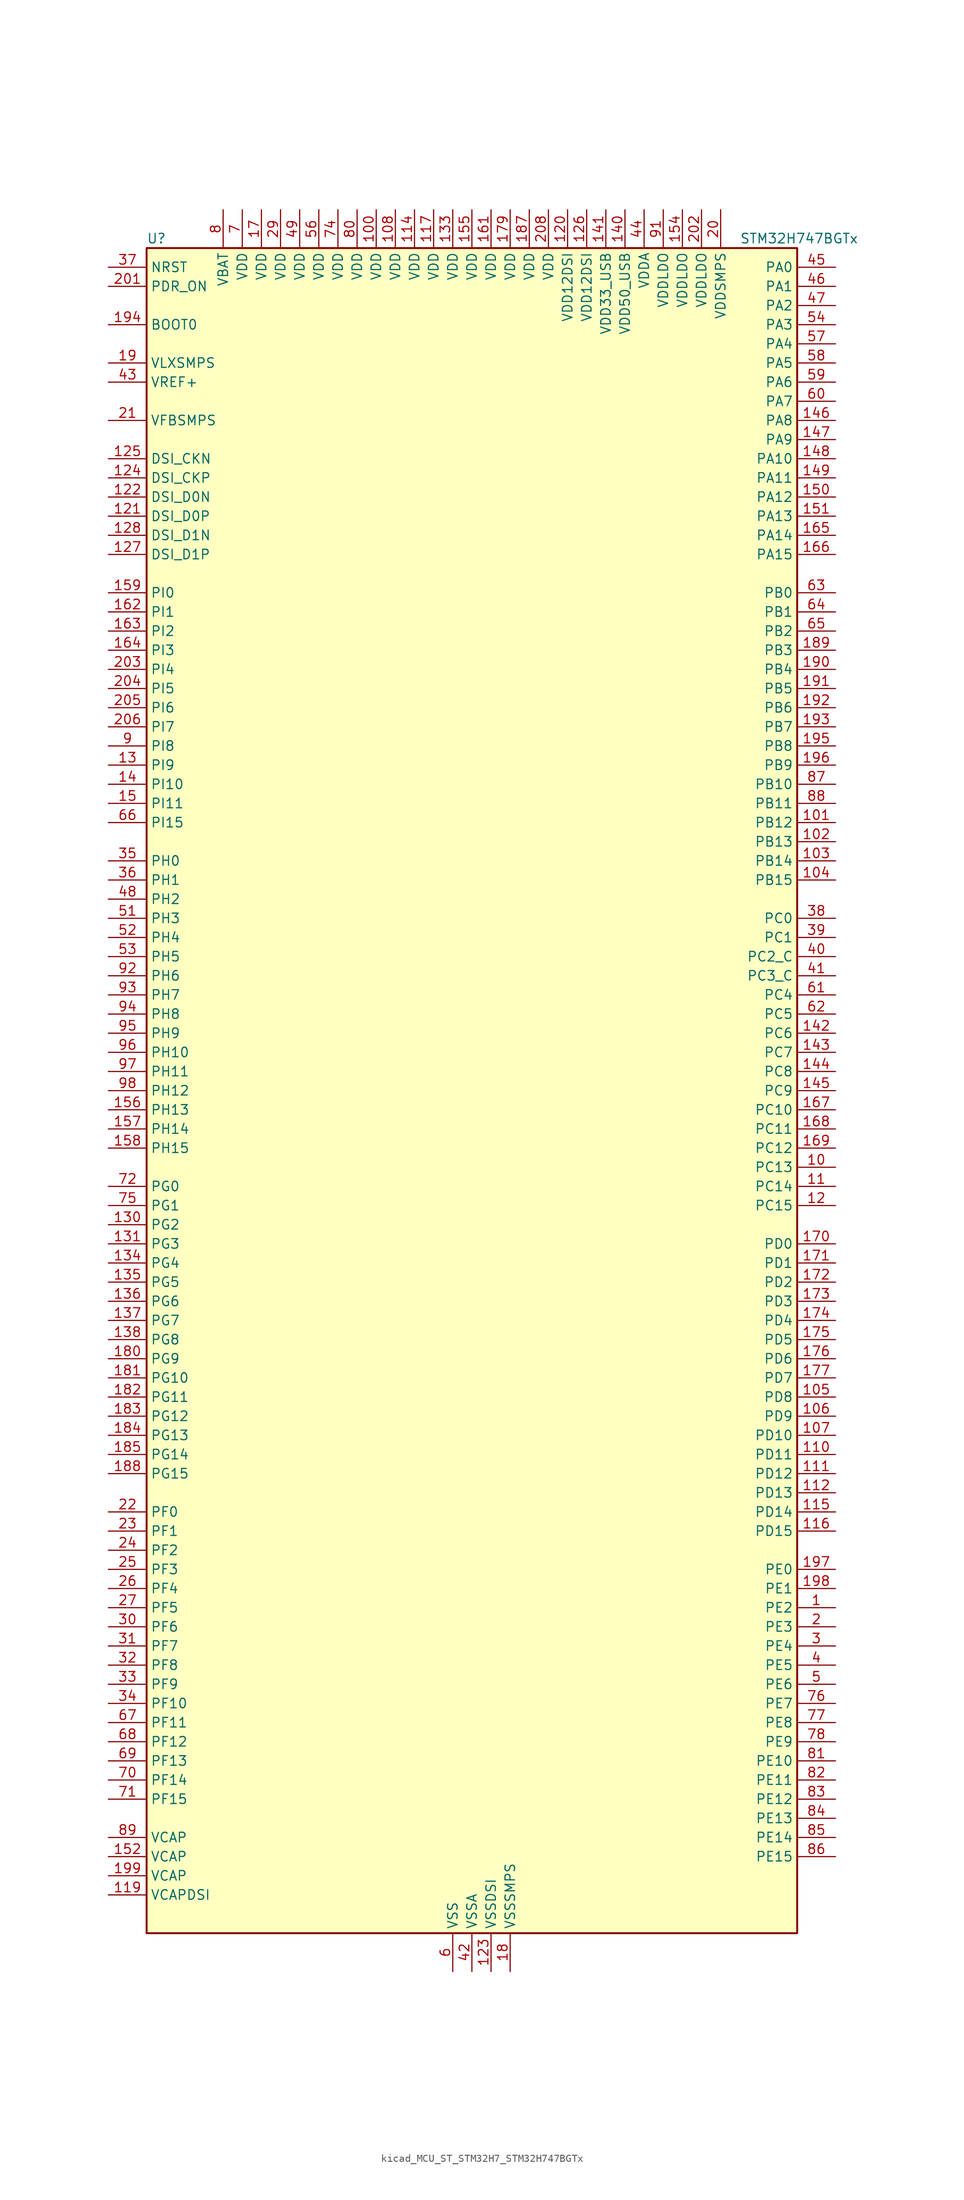
<source format=kicad_sym>
(kicad_symbol_lib
  (version 20220914)
  (generator kicad_symbol_editor)
  (symbol "kicad_MCU_ST_STM32H7_STM32H747BGTx"
    (property "Reference" "U"
      (at -43.18 113.03 0)
      (effects (font (size 1.27 1.27)) (justify left)))
    (property "Value" "STM32H747BGTx"
      (at 35.56 113.03 0)
      (effects (font (size 1.27 1.27)) (justify left)))
    (property "ki_locked" ""
      (at 0 0 0)
      (effects (font (size 1.27 1.27))))
    (symbol "kicad_MCU_ST_STM32H7_STM32H747BGTx_0_1"
      (rectangle (start -43.18 -111.76) (end 43.18 111.76) (stroke (width 0.254) (type default)) (fill (type background))))
    (symbol "kicad_MCU_ST_STM32H7_STM32H747BGTx_1_1"
      (pin bidirectional line (at 48.26 -68.58 180) (length 5.08) (name "PE2" (effects (font (size 1.27 1.27)))) (number "1" (effects (font (size 1.27 1.27)))) (alternate "DEBUG_TRACECLK" bidirectional line) (alternate "ETH_TXD3" bidirectional line) (alternate "FMC_A23" bidirectional line) (alternate "QUADSPI_BK1_IO2" bidirectional line) (alternate "SAI1_CK1" bidirectional line) (alternate "SAI1_MCLK_A" bidirectional line) (alternate "SAI4_CK1" bidirectional line) (alternate "SAI4_MCLK_A" bidirectional line) (alternate "SPI4_SCK" bidirectional line))
      (pin bidirectional line (at 48.26 -10.16 180) (length 5.08) (name "PC13" (effects (font (size 1.27 1.27)))) (number "10" (effects (font (size 1.27 1.27)))) (alternate "PWR_WKUP2" bidirectional line) (alternate "RTC_OUT_ALARM" bidirectional line) (alternate "RTC_OUT_CALIB" bidirectional line) (alternate "RTC_TAMP1" bidirectional line) (alternate "RTC_TS" bidirectional line))
      (pin power_in line (at -12.7 116.84 270) (length 5.08) (name "VDD" (effects (font (size 1.27 1.27)))) (number "100" (effects (font (size 1.27 1.27)))))
      (pin bidirectional line (at 48.26 35.56 180) (length 5.08) (name "PB12" (effects (font (size 1.27 1.27)))) (number "101" (effects (font (size 1.27 1.27)))) (alternate "DFSDM1_DATIN1" bidirectional line) (alternate "ETH_TXD0" bidirectional line) (alternate "FDCAN2_RX" bidirectional line) (alternate "I2C2_SMBA" bidirectional line) (alternate "I2S2_WS" bidirectional line) (alternate "SPI2_NSS" bidirectional line) (alternate "TIM1_BKIN" bidirectional line) (alternate "TIM1_BKIN_COMP1" bidirectional line) (alternate "TIM1_BKIN_COMP2" bidirectional line) (alternate "UART5_RX" bidirectional line) (alternate "USART3_CK" bidirectional line) (alternate "USB_OTG_HS_ID" bidirectional line) (alternate "USB_OTG_HS_ULPI_D5" bidirectional line))
      (pin bidirectional line (at 48.26 33.02 180) (length 5.08) (name "PB13" (effects (font (size 1.27 1.27)))) (number "102" (effects (font (size 1.27 1.27)))) (alternate "DFSDM1_CKIN1" bidirectional line) (alternate "ETH_TXD1" bidirectional line) (alternate "FDCAN2_TX" bidirectional line) (alternate "I2S2_CK" bidirectional line) (alternate "LPTIM2_OUT" bidirectional line) (alternate "SPI2_SCK" bidirectional line) (alternate "TIM1_CH1N" bidirectional line) (alternate "UART5_TX" bidirectional line) (alternate "USART3_CTS" bidirectional line) (alternate "USART3_NSS" bidirectional line) (alternate "USB_OTG_HS_ULPI_D6" bidirectional line) (alternate "USB_OTG_HS_VBUS" bidirectional line))
      (pin bidirectional line (at 48.26 30.48 180) (length 5.08) (name "PB14" (effects (font (size 1.27 1.27)))) (number "103" (effects (font (size 1.27 1.27)))) (alternate "DFSDM1_DATIN2" bidirectional line) (alternate "I2S2_SDI" bidirectional line) (alternate "SDMMC2_D0" bidirectional line) (alternate "SPI2_MISO" bidirectional line) (alternate "TIM12_CH1" bidirectional line) (alternate "TIM1_CH2N" bidirectional line) (alternate "TIM8_CH2N" bidirectional line) (alternate "UART4_DE" bidirectional line) (alternate "UART4_RTS" bidirectional line) (alternate "USART1_TX" bidirectional line) (alternate "USART3_DE" bidirectional line) (alternate "USART3_RTS" bidirectional line) (alternate "USB_OTG_HS_DM" bidirectional line))
      (pin bidirectional line (at 48.26 27.94 180) (length 5.08) (name "PB15" (effects (font (size 1.27 1.27)))) (number "104" (effects (font (size 1.27 1.27)))) (alternate "ADC1_EXTI15" bidirectional line) (alternate "ADC2_EXTI15" bidirectional line) (alternate "ADC3_EXTI15" bidirectional line) (alternate "DFSDM1_CKIN2" bidirectional line) (alternate "I2S2_SDO" bidirectional line) (alternate "RTC_REFIN" bidirectional line) (alternate "SDMMC2_D1" bidirectional line) (alternate "SPI2_MOSI" bidirectional line) (alternate "TIM12_CH2" bidirectional line) (alternate "TIM1_CH3N" bidirectional line) (alternate "TIM8_CH3N" bidirectional line) (alternate "UART4_CTS" bidirectional line) (alternate "USART1_RX" bidirectional line) (alternate "USB_OTG_HS_DP" bidirectional line))
      (pin bidirectional line (at 48.26 -40.64 180) (length 5.08) (name "PD8" (effects (font (size 1.27 1.27)))) (number "105" (effects (font (size 1.27 1.27)))) (alternate "DFSDM1_CKIN3" bidirectional line) (alternate "FMC_D13" bidirectional line) (alternate "FMC_DA13" bidirectional line) (alternate "SAI3_SCK_B" bidirectional line) (alternate "SPDIFRX1_IN1" bidirectional line) (alternate "USART3_TX" bidirectional line))
      (pin bidirectional line (at 48.26 -43.18 180) (length 5.08) (name "PD9" (effects (font (size 1.27 1.27)))) (number "106" (effects (font (size 1.27 1.27)))) (alternate "DAC1_EXTI9" bidirectional line) (alternate "DFSDM1_DATIN3" bidirectional line) (alternate "FMC_D14" bidirectional line) (alternate "FMC_DA14" bidirectional line) (alternate "SAI3_SD_B" bidirectional line) (alternate "USART3_RX" bidirectional line))
      (pin bidirectional line (at 48.26 -45.72 180) (length 5.08) (name "PD10" (effects (font (size 1.27 1.27)))) (number "107" (effects (font (size 1.27 1.27)))) (alternate "DFSDM1_CKOUT" bidirectional line) (alternate "FMC_D15" bidirectional line) (alternate "FMC_DA15" bidirectional line) (alternate "LTDC_B3" bidirectional line) (alternate "SAI3_FS_B" bidirectional line) (alternate "USART3_CK" bidirectional line))
      (pin power_in line (at -10.16 116.84 270) (length 5.08) (name "VDD" (effects (font (size 1.27 1.27)))) (number "108" (effects (font (size 1.27 1.27)))))
      (pin passive line (at -2.54 -116.84 90) (length 5.08) hide (name "VSS" (effects (font (size 1.27 1.27)))) (number "109" (effects (font (size 1.27 1.27)))))
      (pin bidirectional line (at 48.26 -12.7 180) (length 5.08) (name "PC14" (effects (font (size 1.27 1.27)))) (number "11" (effects (font (size 1.27 1.27)))) (alternate "RCC_OSC32_IN" bidirectional line))
      (pin bidirectional line (at 48.26 -48.26 180) (length 5.08) (name "PD11" (effects (font (size 1.27 1.27)))) (number "110" (effects (font (size 1.27 1.27)))) (alternate "ADC1_EXTI11" bidirectional line) (alternate "ADC2_EXTI11" bidirectional line) (alternate "ADC3_EXTI11" bidirectional line) (alternate "FMC_A16" bidirectional line) (alternate "FMC_CLE" bidirectional line) (alternate "I2C4_SMBA" bidirectional line) (alternate "LPTIM2_IN2" bidirectional line) (alternate "QUADSPI_BK1_IO0" bidirectional line) (alternate "SAI2_SD_A" bidirectional line) (alternate "USART3_CTS" bidirectional line) (alternate "USART3_NSS" bidirectional line))
      (pin bidirectional line (at 48.26 -50.8 180) (length 5.08) (name "PD12" (effects (font (size 1.27 1.27)))) (number "111" (effects (font (size 1.27 1.27)))) (alternate "FMC_A17" bidirectional line) (alternate "FMC_ALE" bidirectional line) (alternate "I2C4_SCL" bidirectional line) (alternate "LPTIM1_IN1" bidirectional line) (alternate "LPTIM2_IN1" bidirectional line) (alternate "QUADSPI_BK1_IO1" bidirectional line) (alternate "SAI2_FS_A" bidirectional line) (alternate "TIM4_CH1" bidirectional line) (alternate "USART3_DE" bidirectional line) (alternate "USART3_RTS" bidirectional line))
      (pin bidirectional line (at 48.26 -53.34 180) (length 5.08) (name "PD13" (effects (font (size 1.27 1.27)))) (number "112" (effects (font (size 1.27 1.27)))) (alternate "FMC_A18" bidirectional line) (alternate "I2C4_SDA" bidirectional line) (alternate "LPTIM1_OUT" bidirectional line) (alternate "QUADSPI_BK1_IO3" bidirectional line) (alternate "SAI2_SCK_A" bidirectional line) (alternate "TIM4_CH2" bidirectional line))
      (pin passive line (at -2.54 -116.84 90) (length 5.08) hide (name "VSS" (effects (font (size 1.27 1.27)))) (number "113" (effects (font (size 1.27 1.27)))))
      (pin power_in line (at -7.62 116.84 270) (length 5.08) (name "VDD" (effects (font (size 1.27 1.27)))) (number "114" (effects (font (size 1.27 1.27)))))
      (pin bidirectional line (at 48.26 -55.88 180) (length 5.08) (name "PD14" (effects (font (size 1.27 1.27)))) (number "115" (effects (font (size 1.27 1.27)))) (alternate "FMC_D0" bidirectional line) (alternate "FMC_DA0" bidirectional line) (alternate "SAI3_MCLK_B" bidirectional line) (alternate "TIM4_CH3" bidirectional line) (alternate "UART8_CTS" bidirectional line))
      (pin bidirectional line (at 48.26 -58.42 180) (length 5.08) (name "PD15" (effects (font (size 1.27 1.27)))) (number "116" (effects (font (size 1.27 1.27)))) (alternate "ADC1_EXTI15" bidirectional line) (alternate "ADC2_EXTI15" bidirectional line) (alternate "ADC3_EXTI15" bidirectional line) (alternate "FMC_D1" bidirectional line) (alternate "FMC_DA1" bidirectional line) (alternate "SAI3_MCLK_A" bidirectional line) (alternate "TIM4_CH4" bidirectional line) (alternate "UART8_DE" bidirectional line) (alternate "UART8_RTS" bidirectional line))
      (pin power_in line (at -5.08 116.84 270) (length 5.08) (name "VDD" (effects (font (size 1.27 1.27)))) (number "117" (effects (font (size 1.27 1.27)))))
      (pin passive line (at -2.54 -116.84 90) (length 5.08) hide (name "VSS" (effects (font (size 1.27 1.27)))) (number "118" (effects (font (size 1.27 1.27)))))
      (pin power_out line (at -48.26 -106.68 0) (length 5.08) (name "VCAPDSI" (effects (font (size 1.27 1.27)))) (number "119" (effects (font (size 1.27 1.27)))))
      (pin bidirectional line (at 48.26 -15.24 180) (length 5.08) (name "PC15" (effects (font (size 1.27 1.27)))) (number "12" (effects (font (size 1.27 1.27)))) (alternate "ADC1_EXTI15" bidirectional line) (alternate "ADC2_EXTI15" bidirectional line) (alternate "ADC3_EXTI15" bidirectional line) (alternate "RCC_OSC32_OUT" bidirectional line))
      (pin power_in line (at 12.7 116.84 270) (length 5.08) (name "VDD12DSI" (effects (font (size 1.27 1.27)))) (number "120" (effects (font (size 1.27 1.27)))))
      (pin bidirectional line (at -48.26 76.2 0) (length 5.08) (name "DSI_D0P" (effects (font (size 1.27 1.27)))) (number "121" (effects (font (size 1.27 1.27)))) (alternate "DSIHOST_D0P" bidirectional line))
      (pin bidirectional line (at -48.26 78.74 0) (length 5.08) (name "DSI_D0N" (effects (font (size 1.27 1.27)))) (number "122" (effects (font (size 1.27 1.27)))) (alternate "DSIHOST_D0N" bidirectional line))
      (pin power_in line (at 2.54 -116.84 90) (length 5.08) (name "VSSDSI" (effects (font (size 1.27 1.27)))) (number "123" (effects (font (size 1.27 1.27)))))
      (pin bidirectional line (at -48.26 81.28 0) (length 5.08) (name "DSI_CKP" (effects (font (size 1.27 1.27)))) (number "124" (effects (font (size 1.27 1.27)))) (alternate "DSIHOST_CKP" bidirectional line))
      (pin bidirectional line (at -48.26 83.82 0) (length 5.08) (name "DSI_CKN" (effects (font (size 1.27 1.27)))) (number "125" (effects (font (size 1.27 1.27)))) (alternate "DSIHOST_CKN" bidirectional line))
      (pin power_in line (at 15.24 116.84 270) (length 5.08) (name "VDD12DSI" (effects (font (size 1.27 1.27)))) (number "126" (effects (font (size 1.27 1.27)))))
      (pin bidirectional line (at -48.26 71.12 0) (length 5.08) (name "DSI_D1P" (effects (font (size 1.27 1.27)))) (number "127" (effects (font (size 1.27 1.27)))) (alternate "DSIHOST_D1P" bidirectional line))
      (pin bidirectional line (at -48.26 73.66 0) (length 5.08) (name "DSI_D1N" (effects (font (size 1.27 1.27)))) (number "128" (effects (font (size 1.27 1.27)))) (alternate "DSIHOST_D1N" bidirectional line))
      (pin passive line (at 2.54 -116.84 90) (length 5.08) hide (name "VSSDSI" (effects (font (size 1.27 1.27)))) (number "129" (effects (font (size 1.27 1.27)))))
      (pin bidirectional line (at -48.26 43.18 0) (length 5.08) (name "PI9" (effects (font (size 1.27 1.27)))) (number "13" (effects (font (size 1.27 1.27)))) (alternate "DAC1_EXTI9" bidirectional line) (alternate "FDCAN1_RX" bidirectional line) (alternate "FMC_D30" bidirectional line) (alternate "LTDC_VSYNC" bidirectional line) (alternate "UART4_RX" bidirectional line))
      (pin bidirectional line (at -48.26 -17.78 0) (length 5.08) (name "PG2" (effects (font (size 1.27 1.27)))) (number "130" (effects (font (size 1.27 1.27)))) (alternate "FMC_A12" bidirectional line) (alternate "TIM8_BKIN" bidirectional line) (alternate "TIM8_BKIN_COMP1" bidirectional line) (alternate "TIM8_BKIN_COMP2" bidirectional line))
      (pin bidirectional line (at -48.26 -20.32 0) (length 5.08) (name "PG3" (effects (font (size 1.27 1.27)))) (number "131" (effects (font (size 1.27 1.27)))) (alternate "FMC_A13" bidirectional line) (alternate "TIM8_BKIN2" bidirectional line) (alternate "TIM8_BKIN2_COMP1" bidirectional line) (alternate "TIM8_BKIN2_COMP2" bidirectional line))
      (pin passive line (at -2.54 -116.84 90) (length 5.08) hide (name "VSS" (effects (font (size 1.27 1.27)))) (number "132" (effects (font (size 1.27 1.27)))))
      (pin power_in line (at -2.54 116.84 270) (length 5.08) (name "VDD" (effects (font (size 1.27 1.27)))) (number "133" (effects (font (size 1.27 1.27)))))
      (pin bidirectional line (at -48.26 -22.86 0) (length 5.08) (name "PG4" (effects (font (size 1.27 1.27)))) (number "134" (effects (font (size 1.27 1.27)))) (alternate "FMC_A14" bidirectional line) (alternate "FMC_BA0" bidirectional line) (alternate "TIM1_BKIN2" bidirectional line) (alternate "TIM1_BKIN2_COMP1" bidirectional line) (alternate "TIM1_BKIN2_COMP2" bidirectional line))
      (pin bidirectional line (at -48.26 -25.4 0) (length 5.08) (name "PG5" (effects (font (size 1.27 1.27)))) (number "135" (effects (font (size 1.27 1.27)))) (alternate "FMC_A15" bidirectional line) (alternate "FMC_BA1" bidirectional line) (alternate "TIM1_ETR" bidirectional line))
      (pin bidirectional line (at -48.26 -27.94 0) (length 5.08) (name "PG6" (effects (font (size 1.27 1.27)))) (number "136" (effects (font (size 1.27 1.27)))) (alternate "DCMI_D12" bidirectional line) (alternate "FMC_NE3" bidirectional line) (alternate "HRTIM_CHE1" bidirectional line) (alternate "LTDC_R7" bidirectional line) (alternate "QUADSPI_BK1_NCS" bidirectional line) (alternate "TIM17_BKIN" bidirectional line))
      (pin bidirectional line (at -48.26 -30.48 0) (length 5.08) (name "PG7" (effects (font (size 1.27 1.27)))) (number "137" (effects (font (size 1.27 1.27)))) (alternate "DCMI_D13" bidirectional line) (alternate "FMC_INT" bidirectional line) (alternate "HRTIM_CHE2" bidirectional line) (alternate "LTDC_CLK" bidirectional line) (alternate "SAI1_MCLK_A" bidirectional line) (alternate "USART6_CK" bidirectional line))
      (pin bidirectional line (at -48.26 -33.02 0) (length 5.08) (name "PG8" (effects (font (size 1.27 1.27)))) (number "138" (effects (font (size 1.27 1.27)))) (alternate "ETH_PPS_OUT" bidirectional line) (alternate "FMC_SDCLK" bidirectional line) (alternate "LTDC_G7" bidirectional line) (alternate "SPDIFRX1_IN2" bidirectional line) (alternate "SPI6_NSS" bidirectional line) (alternate "TIM8_ETR" bidirectional line) (alternate "USART6_DE" bidirectional line) (alternate "USART6_RTS" bidirectional line))
      (pin passive line (at -2.54 -116.84 90) (length 5.08) hide (name "VSS" (effects (font (size 1.27 1.27)))) (number "139" (effects (font (size 1.27 1.27)))))
      (pin bidirectional line (at -48.26 40.64 0) (length 5.08) (name "PI10" (effects (font (size 1.27 1.27)))) (number "14" (effects (font (size 1.27 1.27)))) (alternate "ETH_RX_ER" bidirectional line) (alternate "FMC_D31" bidirectional line) (alternate "LTDC_HSYNC" bidirectional line))
      (pin power_in line (at 20.32 116.84 270) (length 5.08) (name "VDD50_USB" (effects (font (size 1.27 1.27)))) (number "140" (effects (font (size 1.27 1.27)))))
      (pin power_in line (at 17.78 116.84 270) (length 5.08) (name "VDD33_USB" (effects (font (size 1.27 1.27)))) (number "141" (effects (font (size 1.27 1.27)))))
      (pin bidirectional line (at 48.26 7.62 180) (length 5.08) (name "PC6" (effects (font (size 1.27 1.27)))) (number "142" (effects (font (size 1.27 1.27)))) (alternate "DCMI_D0" bidirectional line) (alternate "DFSDM1_CKIN3" bidirectional line) (alternate "FMC_NWAIT" bidirectional line) (alternate "HRTIM_CHA1" bidirectional line) (alternate "I2S2_MCK" bidirectional line) (alternate "LTDC_HSYNC" bidirectional line) (alternate "SDMMC1_D0DIR" bidirectional line) (alternate "SDMMC1_D6" bidirectional line) (alternate "SDMMC2_D6" bidirectional line) (alternate "SWPMI1_IO" bidirectional line) (alternate "TIM3_CH1" bidirectional line) (alternate "TIM8_CH1" bidirectional line) (alternate "USART6_TX" bidirectional line))
      (pin bidirectional line (at 48.26 5.08 180) (length 5.08) (name "PC7" (effects (font (size 1.27 1.27)))) (number "143" (effects (font (size 1.27 1.27)))) (alternate "DCMI_D1" bidirectional line) (alternate "DEBUG_TRGIO" bidirectional line) (alternate "DFSDM1_DATIN3" bidirectional line) (alternate "FMC_NE1" bidirectional line) (alternate "HRTIM_CHA2" bidirectional line) (alternate "I2S3_MCK" bidirectional line) (alternate "LTDC_G6" bidirectional line) (alternate "SDMMC1_D123DIR" bidirectional line) (alternate "SDMMC1_D7" bidirectional line) (alternate "SDMMC2_D7" bidirectional line) (alternate "SWPMI1_TX" bidirectional line) (alternate "TIM3_CH2" bidirectional line) (alternate "TIM8_CH2" bidirectional line) (alternate "USART6_RX" bidirectional line))
      (pin bidirectional line (at 48.26 2.54 180) (length 5.08) (name "PC8" (effects (font (size 1.27 1.27)))) (number "144" (effects (font (size 1.27 1.27)))) (alternate "DCMI_D2" bidirectional line) (alternate "DEBUG_TRACED1" bidirectional line) (alternate "FMC_NCE" bidirectional line) (alternate "FMC_NE2" bidirectional line) (alternate "HRTIM_CHB1" bidirectional line) (alternate "SDMMC1_D0" bidirectional line) (alternate "SWPMI1_RX" bidirectional line) (alternate "TIM3_CH3" bidirectional line) (alternate "TIM8_CH3" bidirectional line) (alternate "UART5_DE" bidirectional line) (alternate "UART5_RTS" bidirectional line) (alternate "USART6_CK" bidirectional line))
      (pin bidirectional line (at 48.26 0 180) (length 5.08) (name "PC9" (effects (font (size 1.27 1.27)))) (number "145" (effects (font (size 1.27 1.27)))) (alternate "DAC1_EXTI9" bidirectional line) (alternate "DCMI_D3" bidirectional line) (alternate "I2C3_SDA" bidirectional line) (alternate "I2S_CKIN" bidirectional line) (alternate "LTDC_B2" bidirectional line) (alternate "LTDC_G3" bidirectional line) (alternate "QUADSPI_BK1_IO0" bidirectional line) (alternate "RCC_MCO_2" bidirectional line) (alternate "SDMMC1_D1" bidirectional line) (alternate "SWPMI1_SUSPEND" bidirectional line) (alternate "TIM3_CH4" bidirectional line) (alternate "TIM8_CH4" bidirectional line) (alternate "UART5_CTS" bidirectional line))
      (pin bidirectional line (at 48.26 88.9 180) (length 5.08) (name "PA8" (effects (font (size 1.27 1.27)))) (number "146" (effects (font (size 1.27 1.27)))) (alternate "HRTIM_CHB2" bidirectional line) (alternate "I2C3_SCL" bidirectional line) (alternate "LTDC_B3" bidirectional line) (alternate "LTDC_R6" bidirectional line) (alternate "RCC_MCO_1" bidirectional line) (alternate "TIM1_CH1" bidirectional line) (alternate "TIM8_BKIN2" bidirectional line) (alternate "TIM8_BKIN2_COMP1" bidirectional line) (alternate "TIM8_BKIN2_COMP2" bidirectional line) (alternate "UART7_RX" bidirectional line) (alternate "USART1_CK" bidirectional line) (alternate "USB_OTG_FS_SOF" bidirectional line))
      (pin bidirectional line (at 48.26 86.36 180) (length 5.08) (name "PA9" (effects (font (size 1.27 1.27)))) (number "147" (effects (font (size 1.27 1.27)))) (alternate "DAC1_EXTI9" bidirectional line) (alternate "DCMI_D0" bidirectional line) (alternate "HRTIM_CHC1" bidirectional line) (alternate "I2C3_SMBA" bidirectional line) (alternate "I2S2_CK" bidirectional line) (alternate "LPUART1_TX" bidirectional line) (alternate "LTDC_R5" bidirectional line) (alternate "SPI2_SCK" bidirectional line) (alternate "TIM1_CH2" bidirectional line) (alternate "USART1_TX" bidirectional line) (alternate "USB_OTG_FS_VBUS" bidirectional line))
      (pin bidirectional line (at 48.26 83.82 180) (length 5.08) (name "PA10" (effects (font (size 1.27 1.27)))) (number "148" (effects (font (size 1.27 1.27)))) (alternate "DCMI_D1" bidirectional line) (alternate "HRTIM_CHC2" bidirectional line) (alternate "LPUART1_RX" bidirectional line) (alternate "LTDC_B1" bidirectional line) (alternate "LTDC_B4" bidirectional line) (alternate "MDIOS_MDIO" bidirectional line) (alternate "TIM1_CH3" bidirectional line) (alternate "USART1_RX" bidirectional line) (alternate "USB_OTG_FS_ID" bidirectional line))
      (pin bidirectional line (at 48.26 81.28 180) (length 5.08) (name "PA11" (effects (font (size 1.27 1.27)))) (number "149" (effects (font (size 1.27 1.27)))) (alternate "ADC1_EXTI11" bidirectional line) (alternate "ADC2_EXTI11" bidirectional line) (alternate "ADC3_EXTI11" bidirectional line) (alternate "FDCAN1_RX" bidirectional line) (alternate "HRTIM_CHD1" bidirectional line) (alternate "I2S2_WS" bidirectional line) (alternate "LPUART1_CTS" bidirectional line) (alternate "LTDC_R4" bidirectional line) (alternate "SPI2_NSS" bidirectional line) (alternate "TIM1_CH4" bidirectional line) (alternate "UART4_RX" bidirectional line) (alternate "USART1_CTS" bidirectional line) (alternate "USART1_NSS" bidirectional line) (alternate "USB_OTG_FS_DM" bidirectional line))
      (pin bidirectional line (at -48.26 38.1 0) (length 5.08) (name "PI11" (effects (font (size 1.27 1.27)))) (number "15" (effects (font (size 1.27 1.27)))) (alternate "ADC1_EXTI11" bidirectional line) (alternate "ADC2_EXTI11" bidirectional line) (alternate "ADC3_EXTI11" bidirectional line) (alternate "LTDC_G6" bidirectional line) (alternate "PWR_WKUP4" bidirectional line) (alternate "USB_OTG_HS_ULPI_DIR" bidirectional line))
      (pin bidirectional line (at 48.26 78.74 180) (length 5.08) (name "PA12" (effects (font (size 1.27 1.27)))) (number "150" (effects (font (size 1.27 1.27)))) (alternate "FDCAN1_TX" bidirectional line) (alternate "HRTIM_CHD2" bidirectional line) (alternate "I2S2_CK" bidirectional line) (alternate "LPUART1_DE" bidirectional line) (alternate "LPUART1_RTS" bidirectional line) (alternate "LTDC_R5" bidirectional line) (alternate "SAI2_FS_B" bidirectional line) (alternate "SPI2_SCK" bidirectional line) (alternate "TIM1_ETR" bidirectional line) (alternate "UART4_TX" bidirectional line) (alternate "USART1_DE" bidirectional line) (alternate "USART1_RTS" bidirectional line) (alternate "USB_OTG_FS_DP" bidirectional line))
      (pin bidirectional line (at 48.26 76.2 180) (length 5.08) (name "PA13" (effects (font (size 1.27 1.27)))) (number "151" (effects (font (size 1.27 1.27)))) (alternate "DEBUG_JTMS-SWDIO" bidirectional line))
      (pin power_out line (at -48.26 -101.6 0) (length 5.08) (name "VCAP" (effects (font (size 1.27 1.27)))) (number "152" (effects (font (size 1.27 1.27)))))
      (pin passive line (at -2.54 -116.84 90) (length 5.08) hide (name "VSS" (effects (font (size 1.27 1.27)))) (number "153" (effects (font (size 1.27 1.27)))))
      (pin power_in line (at 27.94 116.84 270) (length 5.08) (name "VDDLDO" (effects (font (size 1.27 1.27)))) (number "154" (effects (font (size 1.27 1.27)))))
      (pin power_in line (at 0 116.84 270) (length 5.08) (name "VDD" (effects (font (size 1.27 1.27)))) (number "155" (effects (font (size 1.27 1.27)))))
      (pin bidirectional line (at -48.26 -2.54 0) (length 5.08) (name "PH13" (effects (font (size 1.27 1.27)))) (number "156" (effects (font (size 1.27 1.27)))) (alternate "FDCAN1_TX" bidirectional line) (alternate "FMC_D21" bidirectional line) (alternate "LTDC_G2" bidirectional line) (alternate "TIM8_CH1N" bidirectional line) (alternate "UART4_TX" bidirectional line))
      (pin bidirectional line (at -48.26 -5.08 0) (length 5.08) (name "PH14" (effects (font (size 1.27 1.27)))) (number "157" (effects (font (size 1.27 1.27)))) (alternate "DCMI_D4" bidirectional line) (alternate "FDCAN1_RX" bidirectional line) (alternate "FMC_D22" bidirectional line) (alternate "LTDC_G3" bidirectional line) (alternate "TIM8_CH2N" bidirectional line) (alternate "UART4_RX" bidirectional line))
      (pin bidirectional line (at -48.26 -7.62 0) (length 5.08) (name "PH15" (effects (font (size 1.27 1.27)))) (number "158" (effects (font (size 1.27 1.27)))) (alternate "ADC1_EXTI15" bidirectional line) (alternate "ADC2_EXTI15" bidirectional line) (alternate "ADC3_EXTI15" bidirectional line) (alternate "DCMI_D11" bidirectional line) (alternate "FMC_D23" bidirectional line) (alternate "LTDC_G4" bidirectional line) (alternate "TIM8_CH3N" bidirectional line))
      (pin bidirectional line (at -48.26 66.04 0) (length 5.08) (name "PI0" (effects (font (size 1.27 1.27)))) (number "159" (effects (font (size 1.27 1.27)))) (alternate "DCMI_D13" bidirectional line) (alternate "FMC_D24" bidirectional line) (alternate "I2S2_WS" bidirectional line) (alternate "LTDC_G5" bidirectional line) (alternate "SPI2_NSS" bidirectional line) (alternate "TIM5_CH4" bidirectional line))
      (pin passive line (at -2.54 -116.84 90) (length 5.08) hide (name "VSS" (effects (font (size 1.27 1.27)))) (number "16" (effects (font (size 1.27 1.27)))))
      (pin passive line (at -2.54 -116.84 90) (length 5.08) hide (name "VSS" (effects (font (size 1.27 1.27)))) (number "160" (effects (font (size 1.27 1.27)))))
      (pin power_in line (at 2.54 116.84 270) (length 5.08) (name "VDD" (effects (font (size 1.27 1.27)))) (number "161" (effects (font (size 1.27 1.27)))))
      (pin bidirectional line (at -48.26 63.5 0) (length 5.08) (name "PI1" (effects (font (size 1.27 1.27)))) (number "162" (effects (font (size 1.27 1.27)))) (alternate "DCMI_D8" bidirectional line) (alternate "FMC_D25" bidirectional line) (alternate "I2S2_CK" bidirectional line) (alternate "LTDC_G6" bidirectional line) (alternate "SPI2_SCK" bidirectional line) (alternate "TIM8_BKIN2" bidirectional line) (alternate "TIM8_BKIN2_COMP1" bidirectional line) (alternate "TIM8_BKIN2_COMP2" bidirectional line))
      (pin bidirectional line (at -48.26 60.96 0) (length 5.08) (name "PI2" (effects (font (size 1.27 1.27)))) (number "163" (effects (font (size 1.27 1.27)))) (alternate "DCMI_D9" bidirectional line) (alternate "FMC_D26" bidirectional line) (alternate "I2S2_SDI" bidirectional line) (alternate "LTDC_G7" bidirectional line) (alternate "SPI2_MISO" bidirectional line) (alternate "TIM8_CH4" bidirectional line))
      (pin bidirectional line (at -48.26 58.42 0) (length 5.08) (name "PI3" (effects (font (size 1.27 1.27)))) (number "164" (effects (font (size 1.27 1.27)))) (alternate "DCMI_D10" bidirectional line) (alternate "FMC_D27" bidirectional line) (alternate "I2S2_SDO" bidirectional line) (alternate "SPI2_MOSI" bidirectional line) (alternate "TIM8_ETR" bidirectional line))
      (pin bidirectional line (at 48.26 73.66 180) (length 5.08) (name "PA14" (effects (font (size 1.27 1.27)))) (number "165" (effects (font (size 1.27 1.27)))) (alternate "DEBUG_JTCK-SWCLK" bidirectional line))
      (pin bidirectional line (at 48.26 71.12 180) (length 5.08) (name "PA15" (effects (font (size 1.27 1.27)))) (number "166" (effects (font (size 1.27 1.27)))) (alternate "ADC1_EXTI15" bidirectional line) (alternate "ADC2_EXTI15" bidirectional line) (alternate "ADC3_EXTI15" bidirectional line) (alternate "CEC" bidirectional line) (alternate "DEBUG_JTDI" bidirectional line) (alternate "DSIHOST_TE" bidirectional line) (alternate "HRTIM_FLT1" bidirectional line) (alternate "I2S1_WS" bidirectional line) (alternate "I2S3_WS" bidirectional line) (alternate "SPI1_NSS" bidirectional line) (alternate "SPI3_NSS" bidirectional line) (alternate "SPI6_NSS" bidirectional line) (alternate "TIM2_CH1" bidirectional line) (alternate "TIM2_ETR" bidirectional line) (alternate "UART4_DE" bidirectional line) (alternate "UART4_RTS" bidirectional line) (alternate "UART7_TX" bidirectional line))
      (pin bidirectional line (at 48.26 -2.54 180) (length 5.08) (name "PC10" (effects (font (size 1.27 1.27)))) (number "167" (effects (font (size 1.27 1.27)))) (alternate "DCMI_D8" bidirectional line) (alternate "DFSDM1_CKIN5" bidirectional line) (alternate "HRTIM_EEV1" bidirectional line) (alternate "I2S3_CK" bidirectional line) (alternate "LTDC_R2" bidirectional line) (alternate "QUADSPI_BK1_IO1" bidirectional line) (alternate "SDMMC1_D2" bidirectional line) (alternate "SPI3_SCK" bidirectional line) (alternate "UART4_TX" bidirectional line) (alternate "USART3_TX" bidirectional line))
      (pin bidirectional line (at 48.26 -5.08 180) (length 5.08) (name "PC11" (effects (font (size 1.27 1.27)))) (number "168" (effects (font (size 1.27 1.27)))) (alternate "ADC1_EXTI11" bidirectional line) (alternate "ADC2_EXTI11" bidirectional line) (alternate "ADC3_EXTI11" bidirectional line) (alternate "DCMI_D4" bidirectional line) (alternate "DFSDM1_DATIN5" bidirectional line) (alternate "HRTIM_FLT2" bidirectional line) (alternate "I2S3_SDI" bidirectional line) (alternate "QUADSPI_BK2_NCS" bidirectional line) (alternate "SDMMC1_D3" bidirectional line) (alternate "SPI3_MISO" bidirectional line) (alternate "UART4_RX" bidirectional line) (alternate "USART3_RX" bidirectional line))
      (pin bidirectional line (at 48.26 -7.62 180) (length 5.08) (name "PC12" (effects (font (size 1.27 1.27)))) (number "169" (effects (font (size 1.27 1.27)))) (alternate "DCMI_D9" bidirectional line) (alternate "DEBUG_TRACED3" bidirectional line) (alternate "HRTIM_EEV2" bidirectional line) (alternate "I2S3_SDO" bidirectional line) (alternate "SDMMC1_CK" bidirectional line) (alternate "SPI3_MOSI" bidirectional line) (alternate "UART5_TX" bidirectional line) (alternate "USART3_CK" bidirectional line))
      (pin power_in line (at -27.94 116.84 270) (length 5.08) (name "VDD" (effects (font (size 1.27 1.27)))) (number "17" (effects (font (size 1.27 1.27)))))
      (pin bidirectional line (at 48.26 -20.32 180) (length 5.08) (name "PD0" (effects (font (size 1.27 1.27)))) (number "170" (effects (font (size 1.27 1.27)))) (alternate "DFSDM1_CKIN6" bidirectional line) (alternate "FDCAN1_RX" bidirectional line) (alternate "FMC_D2" bidirectional line) (alternate "FMC_DA2" bidirectional line) (alternate "SAI3_SCK_A" bidirectional line) (alternate "UART4_RX" bidirectional line))
      (pin bidirectional line (at 48.26 -22.86 180) (length 5.08) (name "PD1" (effects (font (size 1.27 1.27)))) (number "171" (effects (font (size 1.27 1.27)))) (alternate "DFSDM1_DATIN6" bidirectional line) (alternate "FDCAN1_TX" bidirectional line) (alternate "FMC_D3" bidirectional line) (alternate "FMC_DA3" bidirectional line) (alternate "SAI3_SD_A" bidirectional line) (alternate "UART4_TX" bidirectional line))
      (pin bidirectional line (at 48.26 -25.4 180) (length 5.08) (name "PD2" (effects (font (size 1.27 1.27)))) (number "172" (effects (font (size 1.27 1.27)))) (alternate "DCMI_D11" bidirectional line) (alternate "DEBUG_TRACED2" bidirectional line) (alternate "SDMMC1_CMD" bidirectional line) (alternate "TIM3_ETR" bidirectional line) (alternate "UART5_RX" bidirectional line))
      (pin bidirectional line (at 48.26 -27.94 180) (length 5.08) (name "PD3" (effects (font (size 1.27 1.27)))) (number "173" (effects (font (size 1.27 1.27)))) (alternate "DCMI_D5" bidirectional line) (alternate "DFSDM1_CKOUT" bidirectional line) (alternate "FMC_CLK" bidirectional line) (alternate "I2S2_CK" bidirectional line) (alternate "LTDC_G7" bidirectional line) (alternate "SPI2_SCK" bidirectional line) (alternate "USART2_CTS" bidirectional line) (alternate "USART2_NSS" bidirectional line))
      (pin bidirectional line (at 48.26 -30.48 180) (length 5.08) (name "PD4" (effects (font (size 1.27 1.27)))) (number "174" (effects (font (size 1.27 1.27)))) (alternate "FMC_NOE" bidirectional line) (alternate "HRTIM_FLT3" bidirectional line) (alternate "SAI3_FS_A" bidirectional line) (alternate "USART2_DE" bidirectional line) (alternate "USART2_RTS" bidirectional line))
      (pin bidirectional line (at 48.26 -33.02 180) (length 5.08) (name "PD5" (effects (font (size 1.27 1.27)))) (number "175" (effects (font (size 1.27 1.27)))) (alternate "FMC_NWE" bidirectional line) (alternate "HRTIM_EEV3" bidirectional line) (alternate "USART2_TX" bidirectional line))
      (pin bidirectional line (at 48.26 -35.56 180) (length 5.08) (name "PD6" (effects (font (size 1.27 1.27)))) (number "176" (effects (font (size 1.27 1.27)))) (alternate "DCMI_D10" bidirectional line) (alternate "DFSDM1_CKIN4" bidirectional line) (alternate "DFSDM1_DATIN1" bidirectional line) (alternate "FMC_NWAIT" bidirectional line) (alternate "I2S3_SDO" bidirectional line) (alternate "LTDC_B2" bidirectional line) (alternate "SAI1_D1" bidirectional line) (alternate "SAI1_SD_A" bidirectional line) (alternate "SAI4_D1" bidirectional line) (alternate "SAI4_SD_A" bidirectional line) (alternate "SDMMC2_CK" bidirectional line) (alternate "SPI3_MOSI" bidirectional line) (alternate "USART2_RX" bidirectional line))
      (pin bidirectional line (at 48.26 -38.1 180) (length 5.08) (name "PD7" (effects (font (size 1.27 1.27)))) (number "177" (effects (font (size 1.27 1.27)))) (alternate "DFSDM1_CKIN1" bidirectional line) (alternate "DFSDM1_DATIN4" bidirectional line) (alternate "FMC_NE1" bidirectional line) (alternate "I2S1_SDO" bidirectional line) (alternate "SDMMC2_CMD" bidirectional line) (alternate "SPDIFRX1_IN0" bidirectional line) (alternate "SPI1_MOSI" bidirectional line) (alternate "USART2_CK" bidirectional line))
      (pin passive line (at -2.54 -116.84 90) (length 5.08) hide (name "VSS" (effects (font (size 1.27 1.27)))) (number "178" (effects (font (size 1.27 1.27)))))
      (pin power_in line (at 5.08 116.84 270) (length 5.08) (name "VDD" (effects (font (size 1.27 1.27)))) (number "179" (effects (font (size 1.27 1.27)))))
      (pin power_in line (at 5.08 -116.84 90) (length 5.08) (name "VSSSMPS" (effects (font (size 1.27 1.27)))) (number "18" (effects (font (size 1.27 1.27)))))
      (pin bidirectional line (at -48.26 -35.56 0) (length 5.08) (name "PG9" (effects (font (size 1.27 1.27)))) (number "180" (effects (font (size 1.27 1.27)))) (alternate "DAC1_EXTI9" bidirectional line) (alternate "DCMI_VSYNC" bidirectional line) (alternate "FMC_NCE" bidirectional line) (alternate "FMC_NE2" bidirectional line) (alternate "I2S1_SDI" bidirectional line) (alternate "QUADSPI_BK2_IO2" bidirectional line) (alternate "SAI2_FS_B" bidirectional line) (alternate "SPDIFRX1_IN3" bidirectional line) (alternate "SPI1_MISO" bidirectional line) (alternate "USART6_RX" bidirectional line))
      (pin bidirectional line (at -48.26 -38.1 0) (length 5.08) (name "PG10" (effects (font (size 1.27 1.27)))) (number "181" (effects (font (size 1.27 1.27)))) (alternate "DCMI_D2" bidirectional line) (alternate "FMC_NE3" bidirectional line) (alternate "HRTIM_FLT5" bidirectional line) (alternate "I2S1_WS" bidirectional line) (alternate "LTDC_B2" bidirectional line) (alternate "LTDC_G3" bidirectional line) (alternate "SAI2_SD_B" bidirectional line) (alternate "SPI1_NSS" bidirectional line))
      (pin bidirectional line (at -48.26 -40.64 0) (length 5.08) (name "PG11" (effects (font (size 1.27 1.27)))) (number "182" (effects (font (size 1.27 1.27)))) (alternate "ADC1_EXTI11" bidirectional line) (alternate "ADC2_EXTI11" bidirectional line) (alternate "ADC3_EXTI11" bidirectional line) (alternate "DCMI_D3" bidirectional line) (alternate "ETH_TX_EN" bidirectional line) (alternate "HRTIM_EEV4" bidirectional line) (alternate "I2S1_CK" bidirectional line) (alternate "LPTIM1_IN2" bidirectional line) (alternate "LTDC_B3" bidirectional line) (alternate "SDMMC2_D2" bidirectional line) (alternate "SPDIFRX1_IN0" bidirectional line) (alternate "SPI1_SCK" bidirectional line))
      (pin bidirectional line (at -48.26 -43.18 0) (length 5.08) (name "PG12" (effects (font (size 1.27 1.27)))) (number "183" (effects (font (size 1.27 1.27)))) (alternate "ETH_TXD1" bidirectional line) (alternate "FMC_NE4" bidirectional line) (alternate "HRTIM_EEV5" bidirectional line) (alternate "LPTIM1_IN1" bidirectional line) (alternate "LTDC_B1" bidirectional line) (alternate "LTDC_B4" bidirectional line) (alternate "SPDIFRX1_IN1" bidirectional line) (alternate "SPI6_MISO" bidirectional line) (alternate "USART6_DE" bidirectional line) (alternate "USART6_RTS" bidirectional line))
      (pin bidirectional line (at -48.26 -45.72 0) (length 5.08) (name "PG13" (effects (font (size 1.27 1.27)))) (number "184" (effects (font (size 1.27 1.27)))) (alternate "DEBUG_TRACED0" bidirectional line) (alternate "ETH_TXD0" bidirectional line) (alternate "FMC_A24" bidirectional line) (alternate "HRTIM_EEV10" bidirectional line) (alternate "LPTIM1_OUT" bidirectional line) (alternate "LTDC_R0" bidirectional line) (alternate "SPI6_SCK" bidirectional line) (alternate "USART6_CTS" bidirectional line) (alternate "USART6_NSS" bidirectional line))
      (pin bidirectional line (at -48.26 -48.26 0) (length 5.08) (name "PG14" (effects (font (size 1.27 1.27)))) (number "185" (effects (font (size 1.27 1.27)))) (alternate "DEBUG_TRACED1" bidirectional line) (alternate "ETH_TXD1" bidirectional line) (alternate "FMC_A25" bidirectional line) (alternate "LPTIM1_ETR" bidirectional line) (alternate "LTDC_B0" bidirectional line) (alternate "QUADSPI_BK2_IO3" bidirectional line) (alternate "SPI6_MOSI" bidirectional line) (alternate "USART6_TX" bidirectional line))
      (pin passive line (at -2.54 -116.84 90) (length 5.08) hide (name "VSS" (effects (font (size 1.27 1.27)))) (number "186" (effects (font (size 1.27 1.27)))))
      (pin power_in line (at 7.62 116.84 270) (length 5.08) (name "VDD" (effects (font (size 1.27 1.27)))) (number "187" (effects (font (size 1.27 1.27)))))
      (pin bidirectional line (at -48.26 -50.8 0) (length 5.08) (name "PG15" (effects (font (size 1.27 1.27)))) (number "188" (effects (font (size 1.27 1.27)))) (alternate "ADC1_EXTI15" bidirectional line) (alternate "ADC2_EXTI15" bidirectional line) (alternate "ADC3_EXTI15" bidirectional line) (alternate "DCMI_D13" bidirectional line) (alternate "FMC_SDNCAS" bidirectional line) (alternate "USART6_CTS" bidirectional line) (alternate "USART6_NSS" bidirectional line))
      (pin bidirectional line (at 48.26 58.42 180) (length 5.08) (name "PB3" (effects (font (size 1.27 1.27)))) (number "189" (effects (font (size 1.27 1.27)))) (alternate "CRS_SYNC" bidirectional line) (alternate "DEBUG_JTDO-SWO" bidirectional line) (alternate "HRTIM_FLT4" bidirectional line) (alternate "I2S1_CK" bidirectional line) (alternate "I2S3_CK" bidirectional line) (alternate "SDMMC2_D2" bidirectional line) (alternate "SPI1_SCK" bidirectional line) (alternate "SPI3_SCK" bidirectional line) (alternate "SPI6_SCK" bidirectional line) (alternate "TIM2_CH2" bidirectional line) (alternate "UART7_RX" bidirectional line))
      (pin power_in line (at -48.26 96.52 0) (length 5.08) (name "VLXSMPS" (effects (font (size 1.27 1.27)))) (number "19" (effects (font (size 1.27 1.27)))))
      (pin bidirectional line (at 48.26 55.88 180) (length 5.08) (name "PB4" (effects (font (size 1.27 1.27)))) (number "190" (effects (font (size 1.27 1.27)))) (alternate "DEBUG_JTRST" bidirectional line) (alternate "HRTIM_EEV6" bidirectional line) (alternate "I2S1_SDI" bidirectional line) (alternate "I2S2_WS" bidirectional line) (alternate "I2S3_SDI" bidirectional line) (alternate "SDMMC2_D3" bidirectional line) (alternate "SPI1_MISO" bidirectional line) (alternate "SPI2_NSS" bidirectional line) (alternate "SPI3_MISO" bidirectional line) (alternate "SPI6_MISO" bidirectional line) (alternate "TIM16_BKIN" bidirectional line) (alternate "TIM3_CH1" bidirectional line) (alternate "UART7_TX" bidirectional line))
      (pin bidirectional line (at 48.26 53.34 180) (length 5.08) (name "PB5" (effects (font (size 1.27 1.27)))) (number "191" (effects (font (size 1.27 1.27)))) (alternate "DCMI_D10" bidirectional line) (alternate "ETH_PPS_OUT" bidirectional line) (alternate "FDCAN2_RX" bidirectional line) (alternate "FMC_SDCKE1" bidirectional line) (alternate "HRTIM_EEV7" bidirectional line) (alternate "I2C1_SMBA" bidirectional line) (alternate "I2C4_SMBA" bidirectional line) (alternate "I2S1_SDO" bidirectional line) (alternate "I2S3_SDO" bidirectional line) (alternate "SPI1_MOSI" bidirectional line) (alternate "SPI3_MOSI" bidirectional line) (alternate "SPI6_MOSI" bidirectional line) (alternate "TIM17_BKIN" bidirectional line) (alternate "TIM3_CH2" bidirectional line) (alternate "UART5_RX" bidirectional line) (alternate "USB_OTG_HS_ULPI_D7" bidirectional line))
      (pin bidirectional line (at 48.26 50.8 180) (length 5.08) (name "PB6" (effects (font (size 1.27 1.27)))) (number "192" (effects (font (size 1.27 1.27)))) (alternate "CEC" bidirectional line) (alternate "DCMI_D5" bidirectional line) (alternate "DFSDM1_DATIN5" bidirectional line) (alternate "FDCAN2_TX" bidirectional line) (alternate "FMC_SDNE1" bidirectional line) (alternate "HRTIM_EEV8" bidirectional line) (alternate "I2C1_SCL" bidirectional line) (alternate "I2C4_SCL" bidirectional line) (alternate "LPUART1_TX" bidirectional line) (alternate "QUADSPI_BK1_NCS" bidirectional line) (alternate "TIM16_CH1N" bidirectional line) (alternate "TIM4_CH1" bidirectional line) (alternate "UART5_TX" bidirectional line) (alternate "USART1_TX" bidirectional line))
      (pin bidirectional line (at 48.26 48.26 180) (length 5.08) (name "PB7" (effects (font (size 1.27 1.27)))) (number "193" (effects (font (size 1.27 1.27)))) (alternate "DCMI_VSYNC" bidirectional line) (alternate "DFSDM1_CKIN5" bidirectional line) (alternate "FMC_NL" bidirectional line) (alternate "HRTIM_EEV9" bidirectional line) (alternate "I2C1_SDA" bidirectional line) (alternate "I2C4_SDA" bidirectional line) (alternate "LPUART1_RX" bidirectional line) (alternate "PWR_PVD_IN" bidirectional line) (alternate "TIM17_CH1N" bidirectional line) (alternate "TIM4_CH2" bidirectional line) (alternate "USART1_RX" bidirectional line))
      (pin input line (at -48.26 101.6 0) (length 5.08) (name "BOOT0" (effects (font (size 1.27 1.27)))) (number "194" (effects (font (size 1.27 1.27)))))
      (pin bidirectional line (at 48.26 45.72 180) (length 5.08) (name "PB8" (effects (font (size 1.27 1.27)))) (number "195" (effects (font (size 1.27 1.27)))) (alternate "DCMI_D6" bidirectional line) (alternate "DFSDM1_CKIN7" bidirectional line) (alternate "ETH_TXD3" bidirectional line) (alternate "FDCAN1_RX" bidirectional line) (alternate "I2C1_SCL" bidirectional line) (alternate "I2C4_SCL" bidirectional line) (alternate "LTDC_B6" bidirectional line) (alternate "SDMMC1_CKIN" bidirectional line) (alternate "SDMMC1_D4" bidirectional line) (alternate "SDMMC2_D4" bidirectional line) (alternate "TIM16_CH1" bidirectional line) (alternate "TIM4_CH3" bidirectional line) (alternate "UART4_RX" bidirectional line))
      (pin bidirectional line (at 48.26 43.18 180) (length 5.08) (name "PB9" (effects (font (size 1.27 1.27)))) (number "196" (effects (font (size 1.27 1.27)))) (alternate "DAC1_EXTI9" bidirectional line) (alternate "DCMI_D7" bidirectional line) (alternate "DFSDM1_DATIN7" bidirectional line) (alternate "FDCAN1_TX" bidirectional line) (alternate "I2C1_SDA" bidirectional line) (alternate "I2C4_SDA" bidirectional line) (alternate "I2C4_SMBA" bidirectional line) (alternate "I2S2_WS" bidirectional line) (alternate "LTDC_B7" bidirectional line) (alternate "SDMMC1_CDIR" bidirectional line) (alternate "SDMMC1_D5" bidirectional line) (alternate "SDMMC2_D5" bidirectional line) (alternate "SPI2_NSS" bidirectional line) (alternate "TIM17_CH1" bidirectional line) (alternate "TIM4_CH4" bidirectional line) (alternate "UART4_TX" bidirectional line))
      (pin bidirectional line (at 48.26 -63.5 180) (length 5.08) (name "PE0" (effects (font (size 1.27 1.27)))) (number "197" (effects (font (size 1.27 1.27)))) (alternate "DCMI_D2" bidirectional line) (alternate "FMC_NBL0" bidirectional line) (alternate "HRTIM_SCIN" bidirectional line) (alternate "LPTIM1_ETR" bidirectional line) (alternate "LPTIM2_ETR" bidirectional line) (alternate "SAI2_MCLK_A" bidirectional line) (alternate "TIM4_ETR" bidirectional line) (alternate "UART8_RX" bidirectional line))
      (pin bidirectional line (at 48.26 -66.04 180) (length 5.08) (name "PE1" (effects (font (size 1.27 1.27)))) (number "198" (effects (font (size 1.27 1.27)))) (alternate "DCMI_D3" bidirectional line) (alternate "FMC_NBL1" bidirectional line) (alternate "HRTIM_SCOUT" bidirectional line) (alternate "LPTIM1_IN2" bidirectional line) (alternate "UART8_TX" bidirectional line))
      (pin power_out line (at -48.26 -104.14 0) (length 5.08) (name "VCAP" (effects (font (size 1.27 1.27)))) (number "199" (effects (font (size 1.27 1.27)))))
      (pin bidirectional line (at 48.26 -71.12 180) (length 5.08) (name "PE3" (effects (font (size 1.27 1.27)))) (number "2" (effects (font (size 1.27 1.27)))) (alternate "DEBUG_TRACED0" bidirectional line) (alternate "FMC_A19" bidirectional line) (alternate "SAI1_SD_B" bidirectional line) (alternate "SAI4_SD_B" bidirectional line) (alternate "TIM15_BKIN" bidirectional line))
      (pin power_in line (at 33.02 116.84 270) (length 5.08) (name "VDDSMPS" (effects (font (size 1.27 1.27)))) (number "20" (effects (font (size 1.27 1.27)))))
      (pin passive line (at -2.54 -116.84 90) (length 5.08) hide (name "VSS" (effects (font (size 1.27 1.27)))) (number "200" (effects (font (size 1.27 1.27)))))
      (pin input line (at -48.26 106.68 0) (length 5.08) (name "PDR_ON" (effects (font (size 1.27 1.27)))) (number "201" (effects (font (size 1.27 1.27)))))
      (pin power_in line (at 30.48 116.84 270) (length 5.08) (name "VDDLDO" (effects (font (size 1.27 1.27)))) (number "202" (effects (font (size 1.27 1.27)))))
      (pin bidirectional line (at -48.26 55.88 0) (length 5.08) (name "PI4" (effects (font (size 1.27 1.27)))) (number "203" (effects (font (size 1.27 1.27)))) (alternate "DCMI_D5" bidirectional line) (alternate "FMC_NBL2" bidirectional line) (alternate "LTDC_B4" bidirectional line) (alternate "SAI2_MCLK_A" bidirectional line) (alternate "TIM8_BKIN" bidirectional line) (alternate "TIM8_BKIN_COMP1" bidirectional line) (alternate "TIM8_BKIN_COMP2" bidirectional line))
      (pin bidirectional line (at -48.26 53.34 0) (length 5.08) (name "PI5" (effects (font (size 1.27 1.27)))) (number "204" (effects (font (size 1.27 1.27)))) (alternate "DCMI_VSYNC" bidirectional line) (alternate "FMC_NBL3" bidirectional line) (alternate "LTDC_B5" bidirectional line) (alternate "SAI2_SCK_A" bidirectional line) (alternate "TIM8_CH1" bidirectional line))
      (pin bidirectional line (at -48.26 50.8 0) (length 5.08) (name "PI6" (effects (font (size 1.27 1.27)))) (number "205" (effects (font (size 1.27 1.27)))) (alternate "DCMI_D6" bidirectional line) (alternate "FMC_D28" bidirectional line) (alternate "LTDC_B6" bidirectional line) (alternate "SAI2_SD_A" bidirectional line) (alternate "TIM8_CH2" bidirectional line))
      (pin bidirectional line (at -48.26 48.26 0) (length 5.08) (name "PI7" (effects (font (size 1.27 1.27)))) (number "206" (effects (font (size 1.27 1.27)))) (alternate "DCMI_D7" bidirectional line) (alternate "FMC_D29" bidirectional line) (alternate "LTDC_B7" bidirectional line) (alternate "SAI2_FS_A" bidirectional line) (alternate "TIM8_CH3" bidirectional line))
      (pin passive line (at -2.54 -116.84 90) (length 5.08) hide (name "VSS" (effects (font (size 1.27 1.27)))) (number "207" (effects (font (size 1.27 1.27)))))
      (pin power_in line (at 10.16 116.84 270) (length 5.08) (name "VDD" (effects (font (size 1.27 1.27)))) (number "208" (effects (font (size 1.27 1.27)))))
      (pin input line (at -48.26 88.9 0) (length 5.08) (name "VFBSMPS" (effects (font (size 1.27 1.27)))) (number "21" (effects (font (size 1.27 1.27)))))
      (pin bidirectional line (at -48.26 -55.88 0) (length 5.08) (name "PF0" (effects (font (size 1.27 1.27)))) (number "22" (effects (font (size 1.27 1.27)))) (alternate "FMC_A0" bidirectional line) (alternate "I2C2_SDA" bidirectional line))
      (pin bidirectional line (at -48.26 -58.42 0) (length 5.08) (name "PF1" (effects (font (size 1.27 1.27)))) (number "23" (effects (font (size 1.27 1.27)))) (alternate "FMC_A1" bidirectional line) (alternate "I2C2_SCL" bidirectional line))
      (pin bidirectional line (at -48.26 -60.96 0) (length 5.08) (name "PF2" (effects (font (size 1.27 1.27)))) (number "24" (effects (font (size 1.27 1.27)))) (alternate "FMC_A2" bidirectional line) (alternate "I2C2_SMBA" bidirectional line))
      (pin bidirectional line (at -48.26 -63.5 0) (length 5.08) (name "PF3" (effects (font (size 1.27 1.27)))) (number "25" (effects (font (size 1.27 1.27)))) (alternate "ADC3_INP5" bidirectional line) (alternate "FMC_A3" bidirectional line))
      (pin bidirectional line (at -48.26 -66.04 0) (length 5.08) (name "PF4" (effects (font (size 1.27 1.27)))) (number "26" (effects (font (size 1.27 1.27)))) (alternate "ADC3_INN5" bidirectional line) (alternate "ADC3_INP9" bidirectional line) (alternate "FMC_A4" bidirectional line))
      (pin bidirectional line (at -48.26 -68.58 0) (length 5.08) (name "PF5" (effects (font (size 1.27 1.27)))) (number "27" (effects (font (size 1.27 1.27)))) (alternate "ADC3_INP4" bidirectional line) (alternate "FMC_A5" bidirectional line))
      (pin passive line (at -2.54 -116.84 90) (length 5.08) hide (name "VSS" (effects (font (size 1.27 1.27)))) (number "28" (effects (font (size 1.27 1.27)))))
      (pin power_in line (at -25.4 116.84 270) (length 5.08) (name "VDD" (effects (font (size 1.27 1.27)))) (number "29" (effects (font (size 1.27 1.27)))))
      (pin bidirectional line (at 48.26 -73.66 180) (length 5.08) (name "PE4" (effects (font (size 1.27 1.27)))) (number "3" (effects (font (size 1.27 1.27)))) (alternate "DCMI_D4" bidirectional line) (alternate "DEBUG_TRACED1" bidirectional line) (alternate "DFSDM1_DATIN3" bidirectional line) (alternate "FMC_A20" bidirectional line) (alternate "LTDC_B0" bidirectional line) (alternate "SAI1_D2" bidirectional line) (alternate "SAI1_FS_A" bidirectional line) (alternate "SAI4_D2" bidirectional line) (alternate "SAI4_FS_A" bidirectional line) (alternate "SPI4_NSS" bidirectional line) (alternate "TIM15_CH1N" bidirectional line))
      (pin bidirectional line (at -48.26 -71.12 0) (length 5.08) (name "PF6" (effects (font (size 1.27 1.27)))) (number "30" (effects (font (size 1.27 1.27)))) (alternate "ADC3_INN4" bidirectional line) (alternate "ADC3_INP8" bidirectional line) (alternate "QUADSPI_BK1_IO3" bidirectional line) (alternate "SAI1_SD_B" bidirectional line) (alternate "SAI4_SD_B" bidirectional line) (alternate "SPI5_NSS" bidirectional line) (alternate "TIM16_CH1" bidirectional line) (alternate "UART7_RX" bidirectional line))
      (pin bidirectional line (at -48.26 -73.66 0) (length 5.08) (name "PF7" (effects (font (size 1.27 1.27)))) (number "31" (effects (font (size 1.27 1.27)))) (alternate "ADC3_INP3" bidirectional line) (alternate "QUADSPI_BK1_IO2" bidirectional line) (alternate "SAI1_MCLK_B" bidirectional line) (alternate "SAI4_MCLK_B" bidirectional line) (alternate "SPI5_SCK" bidirectional line) (alternate "TIM17_CH1" bidirectional line) (alternate "UART7_TX" bidirectional line))
      (pin bidirectional line (at -48.26 -76.2 0) (length 5.08) (name "PF8" (effects (font (size 1.27 1.27)))) (number "32" (effects (font (size 1.27 1.27)))) (alternate "ADC3_INN3" bidirectional line) (alternate "ADC3_INP7" bidirectional line) (alternate "QUADSPI_BK1_IO0" bidirectional line) (alternate "SAI1_SCK_B" bidirectional line) (alternate "SAI4_SCK_B" bidirectional line) (alternate "SPI5_MISO" bidirectional line) (alternate "TIM13_CH1" bidirectional line) (alternate "TIM16_CH1N" bidirectional line) (alternate "UART7_DE" bidirectional line) (alternate "UART7_RTS" bidirectional line))
      (pin bidirectional line (at -48.26 -78.74 0) (length 5.08) (name "PF9" (effects (font (size 1.27 1.27)))) (number "33" (effects (font (size 1.27 1.27)))) (alternate "ADC3_INP2" bidirectional line) (alternate "DAC1_EXTI9" bidirectional line) (alternate "QUADSPI_BK1_IO1" bidirectional line) (alternate "SAI1_FS_B" bidirectional line) (alternate "SAI4_FS_B" bidirectional line) (alternate "SPI5_MOSI" bidirectional line) (alternate "TIM14_CH1" bidirectional line) (alternate "TIM17_CH1N" bidirectional line) (alternate "UART7_CTS" bidirectional line))
      (pin bidirectional line (at -48.26 -81.28 0) (length 5.08) (name "PF10" (effects (font (size 1.27 1.27)))) (number "34" (effects (font (size 1.27 1.27)))) (alternate "ADC3_INN2" bidirectional line) (alternate "ADC3_INP6" bidirectional line) (alternate "DCMI_D11" bidirectional line) (alternate "LTDC_DE" bidirectional line) (alternate "QUADSPI_CLK" bidirectional line) (alternate "SAI1_D3" bidirectional line) (alternate "SAI4_D3" bidirectional line) (alternate "TIM16_BKIN" bidirectional line))
      (pin bidirectional line (at -48.26 30.48 0) (length 5.08) (name "PH0" (effects (font (size 1.27 1.27)))) (number "35" (effects (font (size 1.27 1.27)))) (alternate "RCC_OSC_IN" bidirectional line))
      (pin bidirectional line (at -48.26 27.94 0) (length 5.08) (name "PH1" (effects (font (size 1.27 1.27)))) (number "36" (effects (font (size 1.27 1.27)))) (alternate "RCC_OSC_OUT" bidirectional line))
      (pin input line (at -48.26 109.22 0) (length 5.08) (name "NRST" (effects (font (size 1.27 1.27)))) (number "37" (effects (font (size 1.27 1.27)))))
      (pin bidirectional line (at 48.26 22.86 180) (length 5.08) (name "PC0" (effects (font (size 1.27 1.27)))) (number "38" (effects (font (size 1.27 1.27)))) (alternate "ADC1_INP10" bidirectional line) (alternate "ADC2_INP10" bidirectional line) (alternate "ADC3_INP10" bidirectional line) (alternate "DFSDM1_CKIN0" bidirectional line) (alternate "DFSDM1_DATIN4" bidirectional line) (alternate "FMC_SDNWE" bidirectional line) (alternate "LTDC_R5" bidirectional line) (alternate "SAI2_FS_B" bidirectional line) (alternate "USB_OTG_HS_ULPI_STP" bidirectional line))
      (pin bidirectional line (at 48.26 20.32 180) (length 5.08) (name "PC1" (effects (font (size 1.27 1.27)))) (number "39" (effects (font (size 1.27 1.27)))) (alternate "ADC1_INN10" bidirectional line) (alternate "ADC1_INP11" bidirectional line) (alternate "ADC2_INN10" bidirectional line) (alternate "ADC2_INP11" bidirectional line) (alternate "ADC3_INN10" bidirectional line) (alternate "ADC3_INP11" bidirectional line) (alternate "DEBUG_TRACED0" bidirectional line) (alternate "DFSDM1_CKIN4" bidirectional line) (alternate "DFSDM1_DATIN0" bidirectional line) (alternate "ETH_MDC" bidirectional line) (alternate "I2S2_SDO" bidirectional line) (alternate "MDIOS_MDC" bidirectional line) (alternate "PWR_WKUP5" bidirectional line) (alternate "RTC_TAMP3" bidirectional line) (alternate "SAI1_D1" bidirectional line) (alternate "SAI1_SD_A" bidirectional line) (alternate "SAI4_D1" bidirectional line) (alternate "SAI4_SD_A" bidirectional line) (alternate "SDMMC2_CK" bidirectional line) (alternate "SPI2_MOSI" bidirectional line))
      (pin bidirectional line (at 48.26 -76.2 180) (length 5.08) (name "PE5" (effects (font (size 1.27 1.27)))) (number "4" (effects (font (size 1.27 1.27)))) (alternate "DCMI_D6" bidirectional line) (alternate "DEBUG_TRACED2" bidirectional line) (alternate "DFSDM1_CKIN3" bidirectional line) (alternate "FMC_A21" bidirectional line) (alternate "LTDC_G0" bidirectional line) (alternate "SAI1_CK2" bidirectional line) (alternate "SAI1_SCK_A" bidirectional line) (alternate "SAI4_CK2" bidirectional line) (alternate "SAI4_SCK_A" bidirectional line) (alternate "SPI4_MISO" bidirectional line) (alternate "TIM15_CH1" bidirectional line))
      (pin bidirectional line (at 48.26 17.78 180) (length 5.08) (name "PC2_C" (effects (font (size 1.27 1.27)))) (number "40" (effects (font (size 1.27 1.27)))) (alternate "ADC3_INN1" bidirectional line) (alternate "ADC3_INP0" bidirectional line) (alternate "DFSDM1_CKIN1" bidirectional line) (alternate "DFSDM1_CKOUT" bidirectional line) (alternate "ETH_TXD2" bidirectional line) (alternate "FMC_SDNE0" bidirectional line) (alternate "I2S2_SDI" bidirectional line) (alternate "PWR_CSTOP" bidirectional line) (alternate "SPI2_MISO" bidirectional line) (alternate "USB_OTG_HS_ULPI_DIR" bidirectional line))
      (pin bidirectional line (at 48.26 15.24 180) (length 5.08) (name "PC3_C" (effects (font (size 1.27 1.27)))) (number "41" (effects (font (size 1.27 1.27)))) (alternate "ADC3_INP1" bidirectional line) (alternate "DFSDM1_DATIN1" bidirectional line) (alternate "ETH_TX_CLK" bidirectional line) (alternate "FMC_SDCKE0" bidirectional line) (alternate "I2S2_SDO" bidirectional line) (alternate "PWR_CSLEEP" bidirectional line) (alternate "SPI2_MOSI" bidirectional line) (alternate "USB_OTG_HS_ULPI_NXT" bidirectional line))
      (pin power_in line (at 0 -116.84 90) (length 5.08) (name "VSSA" (effects (font (size 1.27 1.27)))) (number "42" (effects (font (size 1.27 1.27)))))
      (pin input line (at -48.26 93.98 0) (length 5.08) (name "VREF+" (effects (font (size 1.27 1.27)))) (number "43" (effects (font (size 1.27 1.27)))) (alternate "VREFBUF_OUT" bidirectional line))
      (pin power_in line (at 22.86 116.84 270) (length 5.08) (name "VDDA" (effects (font (size 1.27 1.27)))) (number "44" (effects (font (size 1.27 1.27)))))
      (pin bidirectional line (at 48.26 109.22 180) (length 5.08) (name "PA0" (effects (font (size 1.27 1.27)))) (number "45" (effects (font (size 1.27 1.27)))) (alternate "ADC1_INP16" bidirectional line) (alternate "ETH_CRS" bidirectional line) (alternate "PWR_WKUP0" bidirectional line) (alternate "SAI2_SD_B" bidirectional line) (alternate "SDMMC2_CMD" bidirectional line) (alternate "TIM15_BKIN" bidirectional line) (alternate "TIM2_CH1" bidirectional line) (alternate "TIM2_ETR" bidirectional line) (alternate "TIM5_CH1" bidirectional line) (alternate "TIM8_ETR" bidirectional line) (alternate "UART4_TX" bidirectional line) (alternate "USART2_CTS" bidirectional line) (alternate "USART2_NSS" bidirectional line))
      (pin bidirectional line (at 48.26 106.68 180) (length 5.08) (name "PA1" (effects (font (size 1.27 1.27)))) (number "46" (effects (font (size 1.27 1.27)))) (alternate "ADC1_INN16" bidirectional line) (alternate "ADC1_INP17" bidirectional line) (alternate "ETH_REF_CLK" bidirectional line) (alternate "ETH_RX_CLK" bidirectional line) (alternate "LPTIM3_OUT" bidirectional line) (alternate "LTDC_R2" bidirectional line) (alternate "QUADSPI_BK1_IO3" bidirectional line) (alternate "SAI2_MCLK_B" bidirectional line) (alternate "TIM15_CH1N" bidirectional line) (alternate "TIM2_CH2" bidirectional line) (alternate "TIM5_CH2" bidirectional line) (alternate "UART4_RX" bidirectional line) (alternate "USART2_DE" bidirectional line) (alternate "USART2_RTS" bidirectional line))
      (pin bidirectional line (at 48.26 104.14 180) (length 5.08) (name "PA2" (effects (font (size 1.27 1.27)))) (number "47" (effects (font (size 1.27 1.27)))) (alternate "ADC1_INP14" bidirectional line) (alternate "ADC2_INP14" bidirectional line) (alternate "ETH_MDIO" bidirectional line) (alternate "LPTIM4_OUT" bidirectional line) (alternate "LTDC_R1" bidirectional line) (alternate "MDIOS_MDIO" bidirectional line) (alternate "PWR_WKUP1" bidirectional line) (alternate "SAI2_SCK_B" bidirectional line) (alternate "TIM15_CH1" bidirectional line) (alternate "TIM2_CH3" bidirectional line) (alternate "TIM5_CH3" bidirectional line) (alternate "USART2_TX" bidirectional line))
      (pin bidirectional line (at -48.26 25.4 0) (length 5.08) (name "PH2" (effects (font (size 1.27 1.27)))) (number "48" (effects (font (size 1.27 1.27)))) (alternate "ADC3_INP13" bidirectional line) (alternate "ETH_CRS" bidirectional line) (alternate "FMC_SDCKE0" bidirectional line) (alternate "LPTIM1_IN2" bidirectional line) (alternate "LTDC_R0" bidirectional line) (alternate "QUADSPI_BK2_IO0" bidirectional line) (alternate "SAI2_SCK_B" bidirectional line))
      (pin power_in line (at -22.86 116.84 270) (length 5.08) (name "VDD" (effects (font (size 1.27 1.27)))) (number "49" (effects (font (size 1.27 1.27)))))
      (pin bidirectional line (at 48.26 -78.74 180) (length 5.08) (name "PE6" (effects (font (size 1.27 1.27)))) (number "5" (effects (font (size 1.27 1.27)))) (alternate "DCMI_D7" bidirectional line) (alternate "DEBUG_TRACED3" bidirectional line) (alternate "FMC_A22" bidirectional line) (alternate "LTDC_G1" bidirectional line) (alternate "SAI1_D1" bidirectional line) (alternate "SAI1_SD_A" bidirectional line) (alternate "SAI2_MCLK_B" bidirectional line) (alternate "SAI4_D1" bidirectional line) (alternate "SAI4_SD_A" bidirectional line) (alternate "SPI4_MOSI" bidirectional line) (alternate "TIM15_CH2" bidirectional line) (alternate "TIM1_BKIN2" bidirectional line) (alternate "TIM1_BKIN2_COMP1" bidirectional line) (alternate "TIM1_BKIN2_COMP2" bidirectional line))
      (pin passive line (at -2.54 -116.84 90) (length 5.08) hide (name "VSS" (effects (font (size 1.27 1.27)))) (number "50" (effects (font (size 1.27 1.27)))))
      (pin bidirectional line (at -48.26 22.86 0) (length 5.08) (name "PH3" (effects (font (size 1.27 1.27)))) (number "51" (effects (font (size 1.27 1.27)))) (alternate "ADC3_INN13" bidirectional line) (alternate "ADC3_INP14" bidirectional line) (alternate "ETH_COL" bidirectional line) (alternate "FMC_SDNE0" bidirectional line) (alternate "LTDC_R1" bidirectional line) (alternate "QUADSPI_BK2_IO1" bidirectional line) (alternate "SAI2_MCLK_B" bidirectional line))
      (pin bidirectional line (at -48.26 20.32 0) (length 5.08) (name "PH4" (effects (font (size 1.27 1.27)))) (number "52" (effects (font (size 1.27 1.27)))) (alternate "ADC3_INN14" bidirectional line) (alternate "ADC3_INP15" bidirectional line) (alternate "I2C2_SCL" bidirectional line) (alternate "LTDC_G4" bidirectional line) (alternate "LTDC_G5" bidirectional line) (alternate "USB_OTG_HS_ULPI_NXT" bidirectional line))
      (pin bidirectional line (at -48.26 17.78 0) (length 5.08) (name "PH5" (effects (font (size 1.27 1.27)))) (number "53" (effects (font (size 1.27 1.27)))) (alternate "ADC3_INN15" bidirectional line) (alternate "ADC3_INP16" bidirectional line) (alternate "FMC_SDNWE" bidirectional line) (alternate "I2C2_SDA" bidirectional line) (alternate "SPI5_NSS" bidirectional line))
      (pin bidirectional line (at 48.26 101.6 180) (length 5.08) (name "PA3" (effects (font (size 1.27 1.27)))) (number "54" (effects (font (size 1.27 1.27)))) (alternate "ADC1_INP15" bidirectional line) (alternate "ADC2_INP15" bidirectional line) (alternate "ETH_COL" bidirectional line) (alternate "LPTIM5_OUT" bidirectional line) (alternate "LTDC_B2" bidirectional line) (alternate "LTDC_B5" bidirectional line) (alternate "TIM15_CH2" bidirectional line) (alternate "TIM2_CH4" bidirectional line) (alternate "TIM5_CH4" bidirectional line) (alternate "USART2_RX" bidirectional line) (alternate "USB_OTG_HS_ULPI_D0" bidirectional line))
      (pin passive line (at -2.54 -116.84 90) (length 5.08) hide (name "VSS" (effects (font (size 1.27 1.27)))) (number "55" (effects (font (size 1.27 1.27)))))
      (pin power_in line (at -20.32 116.84 270) (length 5.08) (name "VDD" (effects (font (size 1.27 1.27)))) (number "56" (effects (font (size 1.27 1.27)))))
      (pin bidirectional line (at 48.26 99.06 180) (length 5.08) (name "PA4" (effects (font (size 1.27 1.27)))) (number "57" (effects (font (size 1.27 1.27)))) (alternate "ADC1_INP18" bidirectional line) (alternate "ADC2_INP18" bidirectional line) (alternate "DAC1_OUT1" bidirectional line) (alternate "DCMI_HSYNC" bidirectional line) (alternate "I2S1_WS" bidirectional line) (alternate "I2S3_WS" bidirectional line) (alternate "LTDC_VSYNC" bidirectional line) (alternate "SPI1_NSS" bidirectional line) (alternate "SPI3_NSS" bidirectional line) (alternate "SPI6_NSS" bidirectional line) (alternate "TIM5_ETR" bidirectional line) (alternate "USART2_CK" bidirectional line) (alternate "USB_OTG_HS_SOF" bidirectional line))
      (pin bidirectional line (at 48.26 96.52 180) (length 5.08) (name "PA5" (effects (font (size 1.27 1.27)))) (number "58" (effects (font (size 1.27 1.27)))) (alternate "ADC1_INN18" bidirectional line) (alternate "ADC1_INP19" bidirectional line) (alternate "ADC2_INN18" bidirectional line) (alternate "ADC2_INP19" bidirectional line) (alternate "DAC1_OUT2" bidirectional line) (alternate "I2S1_CK" bidirectional line) (alternate "LTDC_R4" bidirectional line) (alternate "PWR_NDSTOP2" bidirectional line) (alternate "SPI1_SCK" bidirectional line) (alternate "SPI6_SCK" bidirectional line) (alternate "TIM2_CH1" bidirectional line) (alternate "TIM2_ETR" bidirectional line) (alternate "TIM8_CH1N" bidirectional line) (alternate "USB_OTG_HS_ULPI_CK" bidirectional line))
      (pin bidirectional line (at 48.26 93.98 180) (length 5.08) (name "PA6" (effects (font (size 1.27 1.27)))) (number "59" (effects (font (size 1.27 1.27)))) (alternate "ADC1_INP3" bidirectional line) (alternate "ADC2_INP3" bidirectional line) (alternate "DCMI_PIXCLK" bidirectional line) (alternate "I2S1_SDI" bidirectional line) (alternate "LTDC_G2" bidirectional line) (alternate "MDIOS_MDC" bidirectional line) (alternate "SPI1_MISO" bidirectional line) (alternate "SPI6_MISO" bidirectional line) (alternate "TIM13_CH1" bidirectional line) (alternate "TIM1_BKIN" bidirectional line) (alternate "TIM1_BKIN_COMP1" bidirectional line) (alternate "TIM1_BKIN_COMP2" bidirectional line) (alternate "TIM3_CH1" bidirectional line) (alternate "TIM8_BKIN" bidirectional line) (alternate "TIM8_BKIN_COMP1" bidirectional line) (alternate "TIM8_BKIN_COMP2" bidirectional line))
      (pin power_in line (at -2.54 -116.84 90) (length 5.08) (name "VSS" (effects (font (size 1.27 1.27)))) (number "6" (effects (font (size 1.27 1.27)))))
      (pin bidirectional line (at 48.26 91.44 180) (length 5.08) (name "PA7" (effects (font (size 1.27 1.27)))) (number "60" (effects (font (size 1.27 1.27)))) (alternate "ADC1_INN3" bidirectional line) (alternate "ADC1_INP7" bidirectional line) (alternate "ADC2_INN3" bidirectional line) (alternate "ADC2_INP7" bidirectional line) (alternate "ETH_CRS_DV" bidirectional line) (alternate "ETH_RX_DV" bidirectional line) (alternate "FMC_SDNWE" bidirectional line) (alternate "I2S1_SDO" bidirectional line) (alternate "OPAMP1_VINM" bidirectional line) (alternate "OPAMP1_VINM1" bidirectional line) (alternate "SPI1_MOSI" bidirectional line) (alternate "SPI6_MOSI" bidirectional line) (alternate "TIM14_CH1" bidirectional line) (alternate "TIM1_CH1N" bidirectional line) (alternate "TIM3_CH2" bidirectional line) (alternate "TIM8_CH1N" bidirectional line))
      (pin bidirectional line (at 48.26 12.7 180) (length 5.08) (name "PC4" (effects (font (size 1.27 1.27)))) (number "61" (effects (font (size 1.27 1.27)))) (alternate "ADC1_INP4" bidirectional line) (alternate "ADC2_INP4" bidirectional line) (alternate "COMP1_INM" bidirectional line) (alternate "DFSDM1_CKIN2" bidirectional line) (alternate "ETH_RXD0" bidirectional line) (alternate "FMC_SDNE0" bidirectional line) (alternate "I2S1_MCK" bidirectional line) (alternate "OPAMP1_VOUT" bidirectional line) (alternate "SPDIFRX1_IN2" bidirectional line))
      (pin bidirectional line (at 48.26 10.16 180) (length 5.08) (name "PC5" (effects (font (size 1.27 1.27)))) (number "62" (effects (font (size 1.27 1.27)))) (alternate "ADC1_INN4" bidirectional line) (alternate "ADC1_INP8" bidirectional line) (alternate "ADC2_INN4" bidirectional line) (alternate "ADC2_INP8" bidirectional line) (alternate "COMP1_OUT" bidirectional line) (alternate "DFSDM1_DATIN2" bidirectional line) (alternate "ETH_RXD1" bidirectional line) (alternate "FMC_SDCKE0" bidirectional line) (alternate "OPAMP1_VINM" bidirectional line) (alternate "OPAMP1_VINM0" bidirectional line) (alternate "SAI1_D3" bidirectional line) (alternate "SAI4_D3" bidirectional line) (alternate "SPDIFRX1_IN3" bidirectional line))
      (pin bidirectional line (at 48.26 66.04 180) (length 5.08) (name "PB0" (effects (font (size 1.27 1.27)))) (number "63" (effects (font (size 1.27 1.27)))) (alternate "ADC1_INN5" bidirectional line) (alternate "ADC1_INP9" bidirectional line) (alternate "ADC2_INN5" bidirectional line) (alternate "ADC2_INP9" bidirectional line) (alternate "COMP1_INP" bidirectional line) (alternate "DFSDM1_CKOUT" bidirectional line) (alternate "ETH_RXD2" bidirectional line) (alternate "LTDC_G1" bidirectional line) (alternate "LTDC_R3" bidirectional line) (alternate "OPAMP1_VINP" bidirectional line) (alternate "TIM1_CH2N" bidirectional line) (alternate "TIM3_CH3" bidirectional line) (alternate "TIM8_CH2N" bidirectional line) (alternate "UART4_CTS" bidirectional line) (alternate "USB_OTG_HS_ULPI_D1" bidirectional line))
      (pin bidirectional line (at 48.26 63.5 180) (length 5.08) (name "PB1" (effects (font (size 1.27 1.27)))) (number "64" (effects (font (size 1.27 1.27)))) (alternate "ADC1_INP5" bidirectional line) (alternate "ADC2_INP5" bidirectional line) (alternate "COMP1_INM" bidirectional line) (alternate "DFSDM1_DATIN1" bidirectional line) (alternate "ETH_RXD3" bidirectional line) (alternate "LTDC_G0" bidirectional line) (alternate "LTDC_R6" bidirectional line) (alternate "TIM1_CH3N" bidirectional line) (alternate "TIM3_CH4" bidirectional line) (alternate "TIM8_CH3N" bidirectional line) (alternate "USB_OTG_HS_ULPI_D2" bidirectional line))
      (pin bidirectional line (at 48.26 60.96 180) (length 5.08) (name "PB2" (effects (font (size 1.27 1.27)))) (number "65" (effects (font (size 1.27 1.27)))) (alternate "COMP1_INP" bidirectional line) (alternate "DFSDM1_CKIN1" bidirectional line) (alternate "I2S3_SDO" bidirectional line) (alternate "QUADSPI_CLK" bidirectional line) (alternate "RTC_OUT_ALARM" bidirectional line) (alternate "RTC_OUT_CALIB" bidirectional line) (alternate "SAI1_D1" bidirectional line) (alternate "SAI1_SD_A" bidirectional line) (alternate "SAI4_D1" bidirectional line) (alternate "SAI4_SD_A" bidirectional line) (alternate "SPI3_MOSI" bidirectional line))
      (pin bidirectional line (at -48.26 35.56 0) (length 5.08) (name "PI15" (effects (font (size 1.27 1.27)))) (number "66" (effects (font (size 1.27 1.27)))) (alternate "ADC1_EXTI15" bidirectional line) (alternate "ADC2_EXTI15" bidirectional line) (alternate "ADC3_EXTI15" bidirectional line) (alternate "LTDC_G2" bidirectional line) (alternate "LTDC_R0" bidirectional line))
      (pin bidirectional line (at -48.26 -83.82 0) (length 5.08) (name "PF11" (effects (font (size 1.27 1.27)))) (number "67" (effects (font (size 1.27 1.27)))) (alternate "ADC1_EXTI11" bidirectional line) (alternate "ADC1_INP2" bidirectional line) (alternate "ADC2_EXTI11" bidirectional line) (alternate "ADC3_EXTI11" bidirectional line) (alternate "DCMI_D12" bidirectional line) (alternate "FMC_SDNRAS" bidirectional line) (alternate "SAI2_SD_B" bidirectional line) (alternate "SPI5_MOSI" bidirectional line))
      (pin bidirectional line (at -48.26 -86.36 0) (length 5.08) (name "PF12" (effects (font (size 1.27 1.27)))) (number "68" (effects (font (size 1.27 1.27)))) (alternate "ADC1_INN2" bidirectional line) (alternate "ADC1_INP6" bidirectional line) (alternate "FMC_A6" bidirectional line))
      (pin bidirectional line (at -48.26 -88.9 0) (length 5.08) (name "PF13" (effects (font (size 1.27 1.27)))) (number "69" (effects (font (size 1.27 1.27)))) (alternate "ADC2_INP2" bidirectional line) (alternate "DFSDM1_DATIN6" bidirectional line) (alternate "FMC_A7" bidirectional line) (alternate "I2C4_SMBA" bidirectional line))
      (pin power_in line (at -30.48 116.84 270) (length 5.08) (name "VDD" (effects (font (size 1.27 1.27)))) (number "7" (effects (font (size 1.27 1.27)))))
      (pin bidirectional line (at -48.26 -91.44 0) (length 5.08) (name "PF14" (effects (font (size 1.27 1.27)))) (number "70" (effects (font (size 1.27 1.27)))) (alternate "ADC2_INN2" bidirectional line) (alternate "ADC2_INP6" bidirectional line) (alternate "DFSDM1_CKIN6" bidirectional line) (alternate "FMC_A8" bidirectional line) (alternate "I2C4_SCL" bidirectional line))
      (pin bidirectional line (at -48.26 -93.98 0) (length 5.08) (name "PF15" (effects (font (size 1.27 1.27)))) (number "71" (effects (font (size 1.27 1.27)))) (alternate "ADC1_EXTI15" bidirectional line) (alternate "ADC2_EXTI15" bidirectional line) (alternate "ADC3_EXTI15" bidirectional line) (alternate "FMC_A9" bidirectional line) (alternate "I2C4_SDA" bidirectional line))
      (pin bidirectional line (at -48.26 -12.7 0) (length 5.08) (name "PG0" (effects (font (size 1.27 1.27)))) (number "72" (effects (font (size 1.27 1.27)))) (alternate "FMC_A10" bidirectional line))
      (pin passive line (at -2.54 -116.84 90) (length 5.08) hide (name "VSS" (effects (font (size 1.27 1.27)))) (number "73" (effects (font (size 1.27 1.27)))))
      (pin power_in line (at -17.78 116.84 270) (length 5.08) (name "VDD" (effects (font (size 1.27 1.27)))) (number "74" (effects (font (size 1.27 1.27)))))
      (pin bidirectional line (at -48.26 -15.24 0) (length 5.08) (name "PG1" (effects (font (size 1.27 1.27)))) (number "75" (effects (font (size 1.27 1.27)))) (alternate "FMC_A11" bidirectional line) (alternate "OPAMP2_VINM" bidirectional line) (alternate "OPAMP2_VINM1" bidirectional line))
      (pin bidirectional line (at 48.26 -81.28 180) (length 5.08) (name "PE7" (effects (font (size 1.27 1.27)))) (number "76" (effects (font (size 1.27 1.27)))) (alternate "COMP2_INM" bidirectional line) (alternate "DFSDM1_DATIN2" bidirectional line) (alternate "FMC_D4" bidirectional line) (alternate "FMC_DA4" bidirectional line) (alternate "OPAMP2_VOUT" bidirectional line) (alternate "QUADSPI_BK2_IO0" bidirectional line) (alternate "TIM1_ETR" bidirectional line) (alternate "UART7_RX" bidirectional line))
      (pin bidirectional line (at 48.26 -83.82 180) (length 5.08) (name "PE8" (effects (font (size 1.27 1.27)))) (number "77" (effects (font (size 1.27 1.27)))) (alternate "COMP2_OUT" bidirectional line) (alternate "DFSDM1_CKIN2" bidirectional line) (alternate "FMC_D5" bidirectional line) (alternate "FMC_DA5" bidirectional line) (alternate "OPAMP2_VINM" bidirectional line) (alternate "OPAMP2_VINM0" bidirectional line) (alternate "QUADSPI_BK2_IO1" bidirectional line) (alternate "TIM1_CH1N" bidirectional line) (alternate "UART7_TX" bidirectional line))
      (pin bidirectional line (at 48.26 -86.36 180) (length 5.08) (name "PE9" (effects (font (size 1.27 1.27)))) (number "78" (effects (font (size 1.27 1.27)))) (alternate "COMP2_INP" bidirectional line) (alternate "DAC1_EXTI9" bidirectional line) (alternate "DFSDM1_CKOUT" bidirectional line) (alternate "FMC_D6" bidirectional line) (alternate "FMC_DA6" bidirectional line) (alternate "OPAMP2_VINP" bidirectional line) (alternate "QUADSPI_BK2_IO2" bidirectional line) (alternate "TIM1_CH1" bidirectional line) (alternate "UART7_DE" bidirectional line) (alternate "UART7_RTS" bidirectional line))
      (pin passive line (at -2.54 -116.84 90) (length 5.08) hide (name "VSS" (effects (font (size 1.27 1.27)))) (number "79" (effects (font (size 1.27 1.27)))))
      (pin power_in line (at -33.02 116.84 270) (length 5.08) (name "VBAT" (effects (font (size 1.27 1.27)))) (number "8" (effects (font (size 1.27 1.27)))))
      (pin power_in line (at -15.24 116.84 270) (length 5.08) (name "VDD" (effects (font (size 1.27 1.27)))) (number "80" (effects (font (size 1.27 1.27)))))
      (pin bidirectional line (at 48.26 -88.9 180) (length 5.08) (name "PE10" (effects (font (size 1.27 1.27)))) (number "81" (effects (font (size 1.27 1.27)))) (alternate "COMP2_INM" bidirectional line) (alternate "DFSDM1_DATIN4" bidirectional line) (alternate "FMC_D7" bidirectional line) (alternate "FMC_DA7" bidirectional line) (alternate "QUADSPI_BK2_IO3" bidirectional line) (alternate "TIM1_CH2N" bidirectional line) (alternate "UART7_CTS" bidirectional line))
      (pin bidirectional line (at 48.26 -91.44 180) (length 5.08) (name "PE11" (effects (font (size 1.27 1.27)))) (number "82" (effects (font (size 1.27 1.27)))) (alternate "ADC1_EXTI11" bidirectional line) (alternate "ADC2_EXTI11" bidirectional line) (alternate "ADC3_EXTI11" bidirectional line) (alternate "COMP2_INP" bidirectional line) (alternate "DFSDM1_CKIN4" bidirectional line) (alternate "FMC_D8" bidirectional line) (alternate "FMC_DA8" bidirectional line) (alternate "LTDC_G3" bidirectional line) (alternate "SAI2_SD_B" bidirectional line) (alternate "SPI4_NSS" bidirectional line) (alternate "TIM1_CH2" bidirectional line))
      (pin bidirectional line (at 48.26 -93.98 180) (length 5.08) (name "PE12" (effects (font (size 1.27 1.27)))) (number "83" (effects (font (size 1.27 1.27)))) (alternate "COMP1_OUT" bidirectional line) (alternate "DFSDM1_DATIN5" bidirectional line) (alternate "FMC_D9" bidirectional line) (alternate "FMC_DA9" bidirectional line) (alternate "LTDC_B4" bidirectional line) (alternate "SAI2_SCK_B" bidirectional line) (alternate "SPI4_SCK" bidirectional line) (alternate "TIM1_CH3N" bidirectional line))
      (pin bidirectional line (at 48.26 -96.52 180) (length 5.08) (name "PE13" (effects (font (size 1.27 1.27)))) (number "84" (effects (font (size 1.27 1.27)))) (alternate "COMP2_OUT" bidirectional line) (alternate "DFSDM1_CKIN5" bidirectional line) (alternate "FMC_D10" bidirectional line) (alternate "FMC_DA10" bidirectional line) (alternate "LTDC_DE" bidirectional line) (alternate "SAI2_FS_B" bidirectional line) (alternate "SPI4_MISO" bidirectional line) (alternate "TIM1_CH3" bidirectional line))
      (pin bidirectional line (at 48.26 -99.06 180) (length 5.08) (name "PE14" (effects (font (size 1.27 1.27)))) (number "85" (effects (font (size 1.27 1.27)))) (alternate "FMC_D11" bidirectional line) (alternate "FMC_DA11" bidirectional line) (alternate "LTDC_CLK" bidirectional line) (alternate "SAI2_MCLK_B" bidirectional line) (alternate "SPI4_MOSI" bidirectional line) (alternate "TIM1_CH4" bidirectional line))
      (pin bidirectional line (at 48.26 -101.6 180) (length 5.08) (name "PE15" (effects (font (size 1.27 1.27)))) (number "86" (effects (font (size 1.27 1.27)))) (alternate "ADC1_EXTI15" bidirectional line) (alternate "ADC2_EXTI15" bidirectional line) (alternate "ADC3_EXTI15" bidirectional line) (alternate "FMC_D12" bidirectional line) (alternate "FMC_DA12" bidirectional line) (alternate "LTDC_R7" bidirectional line) (alternate "TIM1_BKIN" bidirectional line) (alternate "TIM1_BKIN_COMP1" bidirectional line) (alternate "TIM1_BKIN_COMP2" bidirectional line))
      (pin bidirectional line (at 48.26 40.64 180) (length 5.08) (name "PB10" (effects (font (size 1.27 1.27)))) (number "87" (effects (font (size 1.27 1.27)))) (alternate "DFSDM1_DATIN7" bidirectional line) (alternate "ETH_RX_ER" bidirectional line) (alternate "HRTIM_SCOUT" bidirectional line) (alternate "I2C2_SCL" bidirectional line) (alternate "I2S2_CK" bidirectional line) (alternate "LPTIM2_IN1" bidirectional line) (alternate "LTDC_G4" bidirectional line) (alternate "QUADSPI_BK1_NCS" bidirectional line) (alternate "SPI2_SCK" bidirectional line) (alternate "TIM2_CH3" bidirectional line) (alternate "USART3_TX" bidirectional line) (alternate "USB_OTG_HS_ULPI_D3" bidirectional line))
      (pin bidirectional line (at 48.26 38.1 180) (length 5.08) (name "PB11" (effects (font (size 1.27 1.27)))) (number "88" (effects (font (size 1.27 1.27)))) (alternate "ADC1_EXTI11" bidirectional line) (alternate "ADC2_EXTI11" bidirectional line) (alternate "ADC3_EXTI11" bidirectional line) (alternate "DFSDM1_CKIN7" bidirectional line) (alternate "DSIHOST_TE" bidirectional line) (alternate "ETH_TX_EN" bidirectional line) (alternate "HRTIM_SCIN" bidirectional line) (alternate "I2C2_SDA" bidirectional line) (alternate "LPTIM2_ETR" bidirectional line) (alternate "LTDC_G5" bidirectional line) (alternate "TIM2_CH4" bidirectional line) (alternate "USART3_RX" bidirectional line) (alternate "USB_OTG_HS_ULPI_D4" bidirectional line))
      (pin power_out line (at -48.26 -99.06 0) (length 5.08) (name "VCAP" (effects (font (size 1.27 1.27)))) (number "89" (effects (font (size 1.27 1.27)))))
      (pin bidirectional line (at -48.26 45.72 0) (length 5.08) (name "PI8" (effects (font (size 1.27 1.27)))) (number "9" (effects (font (size 1.27 1.27)))) (alternate "PWR_WKUP3" bidirectional line) (alternate "RTC_TAMP2" bidirectional line))
      (pin passive line (at -2.54 -116.84 90) (length 5.08) hide (name "VSS" (effects (font (size 1.27 1.27)))) (number "90" (effects (font (size 1.27 1.27)))))
      (pin power_in line (at 25.4 116.84 270) (length 5.08) (name "VDDLDO" (effects (font (size 1.27 1.27)))) (number "91" (effects (font (size 1.27 1.27)))))
      (pin bidirectional line (at -48.26 15.24 0) (length 5.08) (name "PH6" (effects (font (size 1.27 1.27)))) (number "92" (effects (font (size 1.27 1.27)))) (alternate "DCMI_D8" bidirectional line) (alternate "ETH_RXD2" bidirectional line) (alternate "FMC_SDNE1" bidirectional line) (alternate "I2C2_SMBA" bidirectional line) (alternate "SPI5_SCK" bidirectional line) (alternate "TIM12_CH1" bidirectional line))
      (pin bidirectional line (at -48.26 12.7 0) (length 5.08) (name "PH7" (effects (font (size 1.27 1.27)))) (number "93" (effects (font (size 1.27 1.27)))) (alternate "DCMI_D9" bidirectional line) (alternate "ETH_RXD3" bidirectional line) (alternate "FMC_SDCKE1" bidirectional line) (alternate "I2C3_SCL" bidirectional line) (alternate "SPI5_MISO" bidirectional line))
      (pin bidirectional line (at -48.26 10.16 0) (length 5.08) (name "PH8" (effects (font (size 1.27 1.27)))) (number "94" (effects (font (size 1.27 1.27)))) (alternate "DCMI_HSYNC" bidirectional line) (alternate "FMC_D16" bidirectional line) (alternate "I2C3_SDA" bidirectional line) (alternate "LTDC_R2" bidirectional line) (alternate "TIM5_ETR" bidirectional line))
      (pin bidirectional line (at -48.26 7.62 0) (length 5.08) (name "PH9" (effects (font (size 1.27 1.27)))) (number "95" (effects (font (size 1.27 1.27)))) (alternate "DAC1_EXTI9" bidirectional line) (alternate "DCMI_D0" bidirectional line) (alternate "FMC_D17" bidirectional line) (alternate "I2C3_SMBA" bidirectional line) (alternate "LTDC_R3" bidirectional line) (alternate "TIM12_CH2" bidirectional line))
      (pin bidirectional line (at -48.26 5.08 0) (length 5.08) (name "PH10" (effects (font (size 1.27 1.27)))) (number "96" (effects (font (size 1.27 1.27)))) (alternate "DCMI_D1" bidirectional line) (alternate "FMC_D18" bidirectional line) (alternate "I2C4_SMBA" bidirectional line) (alternate "LTDC_R4" bidirectional line) (alternate "TIM5_CH1" bidirectional line))
      (pin bidirectional line (at -48.26 2.54 0) (length 5.08) (name "PH11" (effects (font (size 1.27 1.27)))) (number "97" (effects (font (size 1.27 1.27)))) (alternate "ADC1_EXTI11" bidirectional line) (alternate "ADC2_EXTI11" bidirectional line) (alternate "ADC3_EXTI11" bidirectional line) (alternate "DCMI_D2" bidirectional line) (alternate "FMC_D19" bidirectional line) (alternate "I2C4_SCL" bidirectional line) (alternate "LTDC_R5" bidirectional line) (alternate "TIM5_CH2" bidirectional line))
      (pin bidirectional line (at -48.26 0 0) (length 5.08) (name "PH12" (effects (font (size 1.27 1.27)))) (number "98" (effects (font (size 1.27 1.27)))) (alternate "DCMI_D3" bidirectional line) (alternate "FMC_D20" bidirectional line) (alternate "I2C4_SDA" bidirectional line) (alternate "LTDC_R6" bidirectional line) (alternate "TIM5_CH3" bidirectional line))
      (pin passive line (at -2.54 -116.84 90) (length 5.08) hide (name "VSS" (effects (font (size 1.27 1.27)))) (number "99" (effects (font (size 1.27 1.27))))))))
</source>
